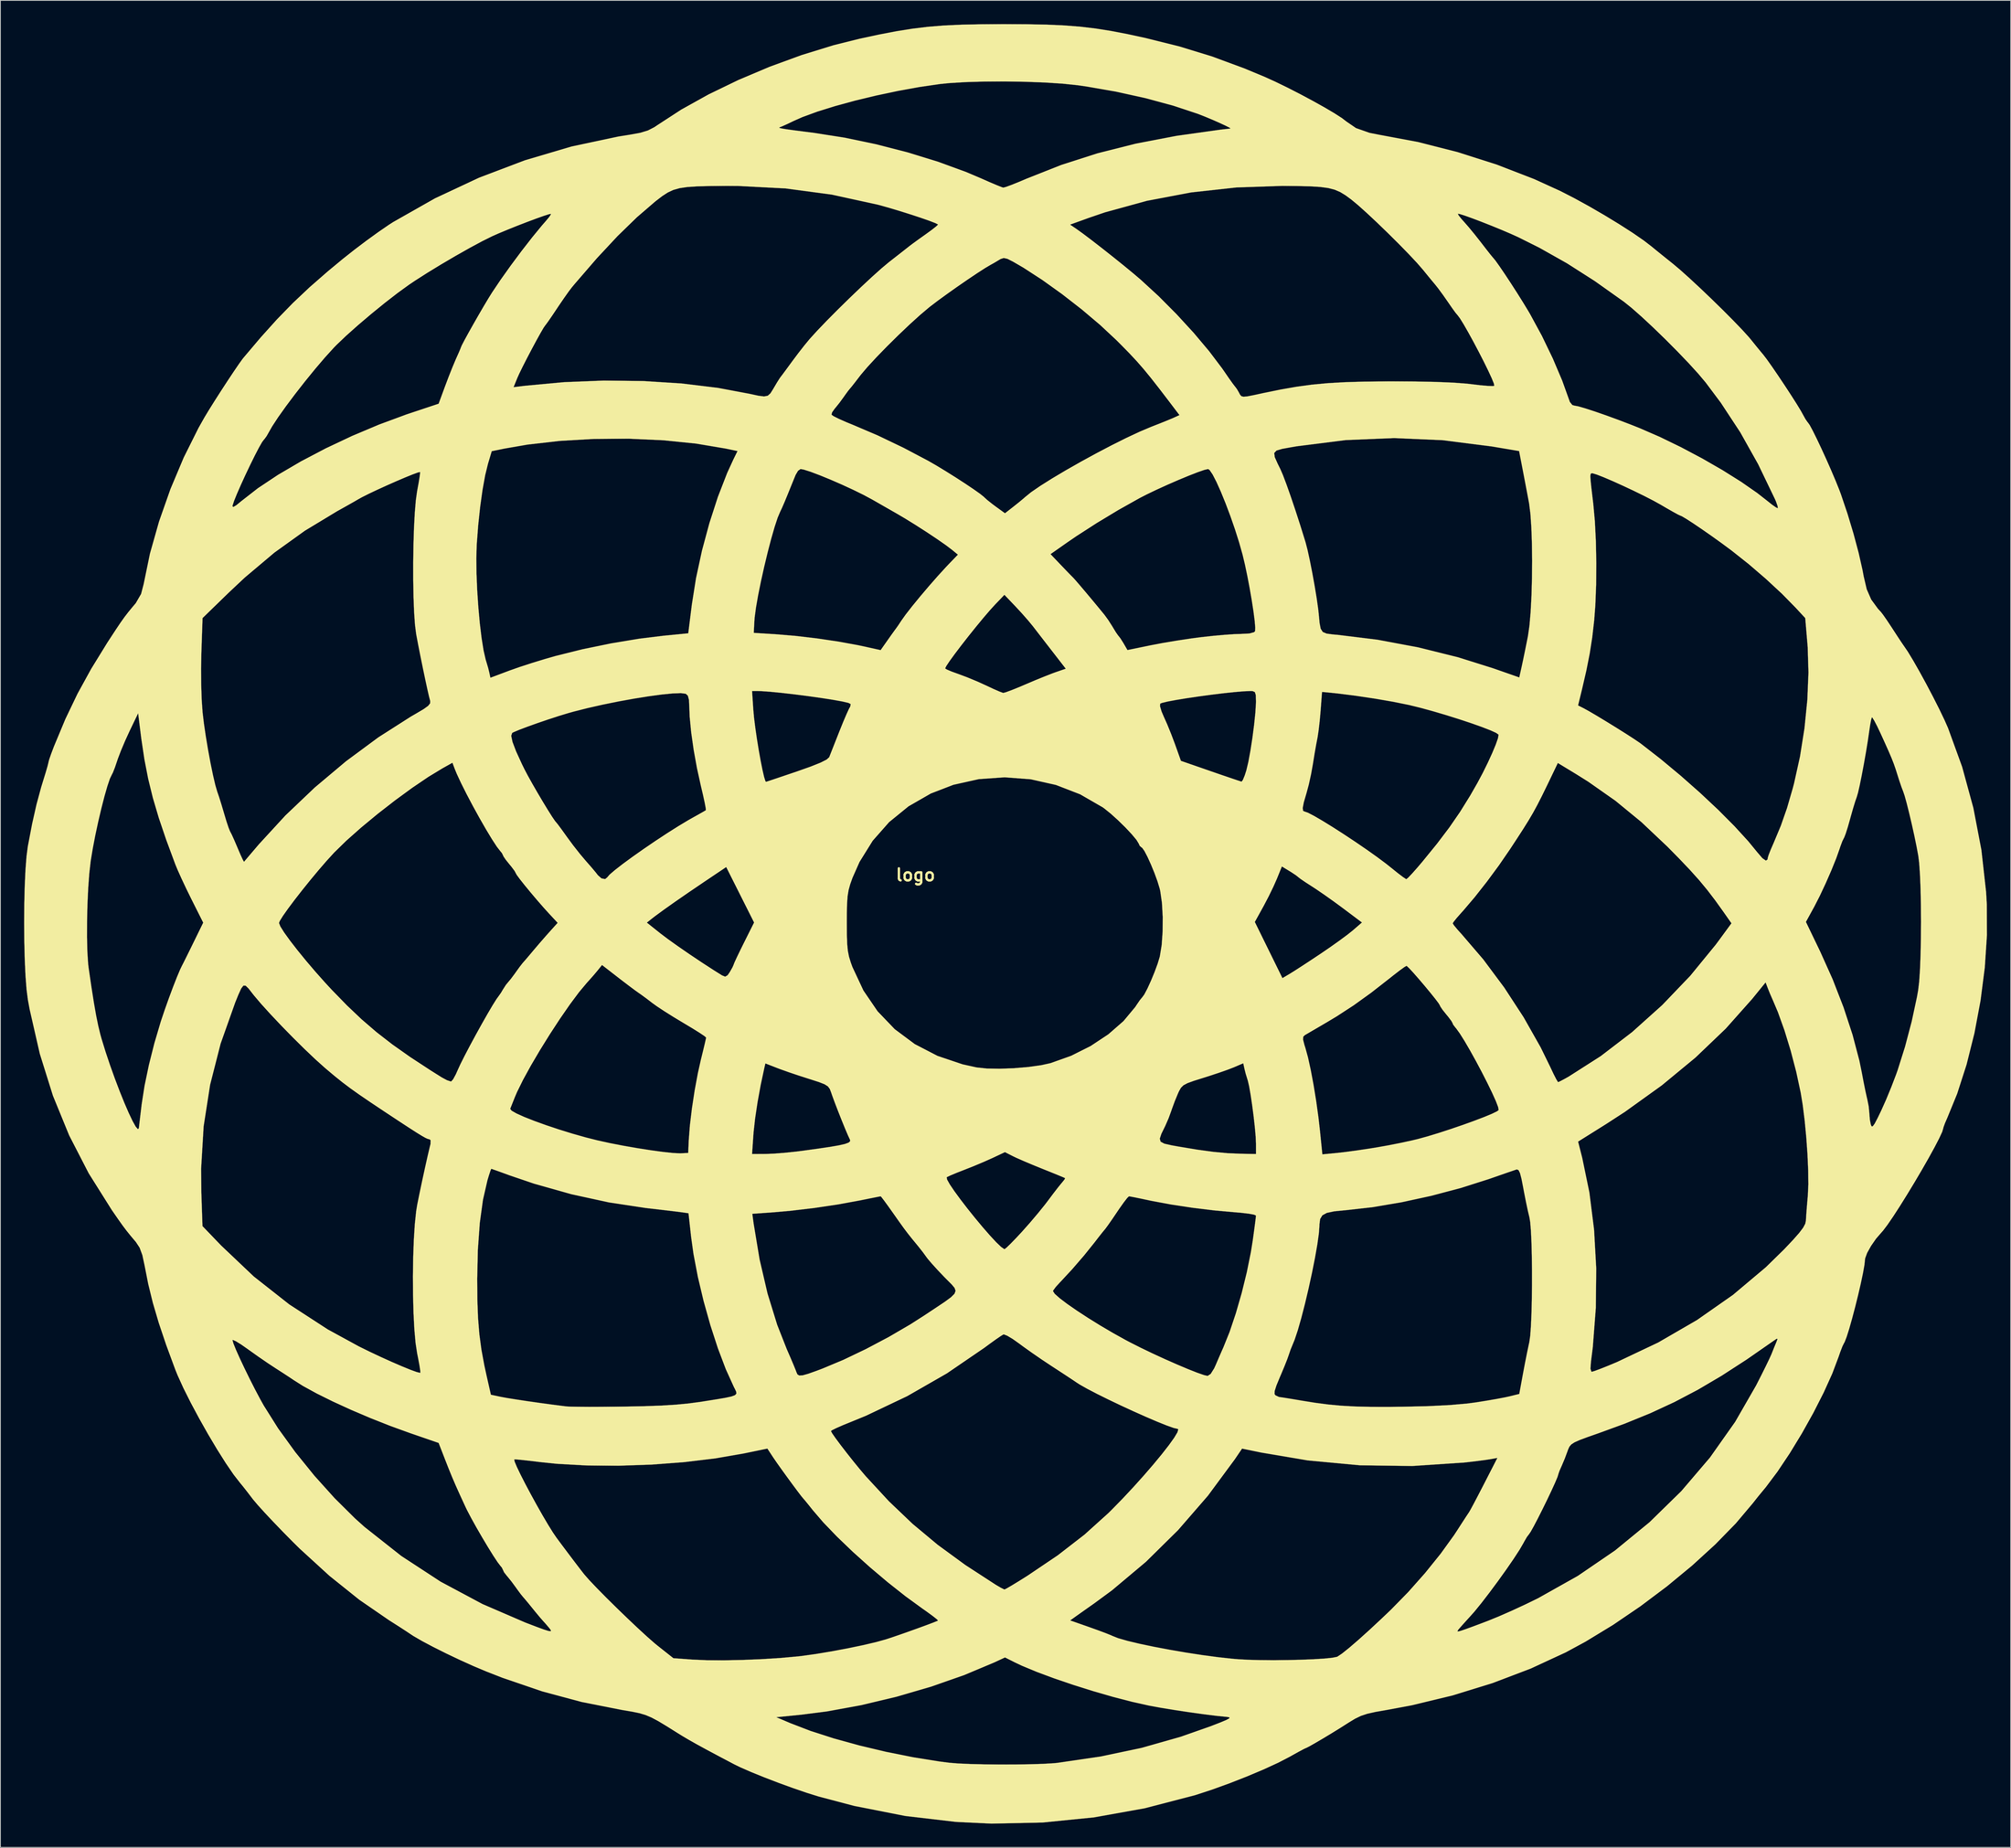
<source format=kicad_pcb>
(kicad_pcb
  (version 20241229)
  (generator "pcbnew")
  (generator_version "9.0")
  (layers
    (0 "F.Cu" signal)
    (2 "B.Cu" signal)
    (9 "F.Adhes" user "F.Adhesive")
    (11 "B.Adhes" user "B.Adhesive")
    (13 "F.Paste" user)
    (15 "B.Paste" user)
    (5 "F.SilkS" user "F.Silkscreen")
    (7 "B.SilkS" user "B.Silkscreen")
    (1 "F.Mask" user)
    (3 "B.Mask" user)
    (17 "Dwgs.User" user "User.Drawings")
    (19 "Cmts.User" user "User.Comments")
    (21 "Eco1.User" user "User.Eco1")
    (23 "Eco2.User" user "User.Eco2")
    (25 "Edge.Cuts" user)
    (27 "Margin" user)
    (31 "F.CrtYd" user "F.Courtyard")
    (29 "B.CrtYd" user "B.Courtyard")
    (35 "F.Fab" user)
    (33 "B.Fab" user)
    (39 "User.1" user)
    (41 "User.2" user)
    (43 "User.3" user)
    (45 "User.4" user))
  (footprint "logo"
    (layer "F.Cu")
    (at 112.701 107.602)
    (property "Reference" "logo" (at 0 0 0) (layer "F.SilkS") (effects (font (size 1.524 1.524) (thickness 0.3))))
    (attr through_hole)
    (fp_poly (pts (xy 14.052 -107.584) (xy 16.584 -107.534) (xy 18.803 -107.435) (xy 20.819 -107.278) (xy 22.743 -107.051) (xy 24.684 -106.744) (xy 26.755 -106.346) (xy 29.05 -105.85) (xy 33.395 -104.766) (xy 37.491 -103.508) (xy 41.58 -101.996) (xy 44.116 -100.941) (xy 45.501 -100.313) (xy 47.044 -99.561) (xy 48.654 -98.736) (xy 50.238 -97.888) (xy 51.705 -97.069) (xy 52.961 -96.327) (xy 53.916 -95.713) (xy 54.469 -95.286) (xy 55.691 -94.45) (xy 57.392 -93.85) (xy 58.687 -93.596) (xy 63.541 -92.686) (xy 68.527 -91.415) (xy 73.473 -89.837) (xy 78.208 -88.005) (xy 81.503 -86.503) (xy 83.267 -85.599) (xy 85.169 -84.554) (xy 87.105 -83.431) (xy 88.971 -82.294) (xy 90.664 -81.207) (xy 92.08 -80.231) (xy 93.073 -79.465) (xy 93.563 -79.061) (xy 94.34 -78.432) (xy 95.271 -77.684) (xy 95.739 -77.311) (xy 96.69 -76.51) (xy 97.884 -75.439) (xy 99.235 -74.183) (xy 100.657 -72.825) (xy 102.065 -71.448) (xy 103.371 -70.135) (xy 104.492 -68.971) (xy 105.34 -68.038) (xy 105.627 -67.695) (xy 106.28 -66.885) (xy 106.906 -66.123) (xy 107.158 -65.824) (xy 107.608 -65.238) (xy 108.264 -64.314) (xy 109.049 -63.167) (xy 109.886 -61.915) (xy 110.699 -60.671) (xy 111.411 -59.553) (xy 111.944 -58.676) (xy 112.159 -58.286) (xy 112.51 -57.653) (xy 112.783 -57.257) (xy 112.825 -57.217) (xy 113.053 -56.892) (xy 113.443 -56.168) (xy 113.954 -55.138) (xy 114.541 -53.897) (xy 115.162 -52.538) (xy 115.772 -51.155) (xy 116.33 -49.842) (xy 116.792 -48.693) (xy 116.996 -48.147) (xy 117.826 -45.689) (xy 118.588 -43.162) (xy 119.238 -40.729) (xy 119.729 -38.553) (xy 119.876 -37.764) (xy 120.258 -36.132) (xy 120.827 -34.831) (xy 121.679 -33.664) (xy 122.056 -33.256) (xy 122.331 -32.9) (xy 122.803 -32.223) (xy 123.38 -31.355) (xy 123.535 -31.117) (xy 124.114 -30.227) (xy 124.594 -29.5) (xy 124.892 -29.062) (xy 124.93 -29.009) (xy 125.448 -28.25) (xy 126.136 -27.114) (xy 126.936 -25.711) (xy 127.791 -24.147) (xy 128.642 -22.53) (xy 129.432 -20.969) (xy 130.102 -19.572) (xy 130.539 -18.582) (xy 132.322 -13.673) (xy 133.739 -8.485) (xy 134.76 -3.157) (xy 135.354 2.172) (xy 135.444 3.743) (xy 135.459 7.618) (xy 135.188 11.701) (xy 134.654 15.869) (xy 133.879 20) (xy 132.885 23.974) (xy 131.695 27.668) (xy 130.464 30.678) (xy 130.152 31.396) (xy 129.965 31.91) (xy 129.941 32.027) (xy 129.803 32.487) (xy 129.418 33.32) (xy 128.832 34.448) (xy 128.091 35.796) (xy 127.238 37.288) (xy 126.32 38.847) (xy 125.381 40.397) (xy 124.468 41.862) (xy 123.624 43.166) (xy 122.895 44.232) (xy 122.327 44.984) (xy 122.117 45.219) (xy 121.436 46.008) (xy 120.802 46.923) (xy 120.311 47.805) (xy 120.059 48.496) (xy 120.044 48.634) (xy 119.974 49.308) (xy 119.789 50.349) (xy 119.514 51.653) (xy 119.176 53.113) (xy 118.802 54.624) (xy 118.417 56.081) (xy 118.05 57.378) (xy 117.725 58.41) (xy 117.47 59.072) (xy 117.384 59.222) (xy 117.191 59.611) (xy 116.914 60.328) (xy 116.713 60.913) (xy 115.912 63.043) (xy 114.824 65.451) (xy 113.519 68.017) (xy 112.066 70.619) (xy 110.533 73.136) (xy 108.989 75.447) (xy 107.503 77.429) (xy 107.043 77.984) (xy 106.543 78.591) (xy 105.963 79.324) (xy 105.878 79.434) (xy 103.716 81.998) (xy 101.127 84.652) (xy 98.195 87.332) (xy 95.003 89.97) (xy 91.636 92.498) (xy 88.177 94.851) (xy 84.71 96.961) (xy 82.216 98.313) (xy 77.77 100.371) (xy 72.956 102.202) (xy 67.909 103.761) (xy 62.761 105.006) (xy 59.56 105.604) (xy 58.151 105.851) (xy 57.118 106.082) (xy 56.31 106.35) (xy 55.572 106.707) (xy 54.751 107.205) (xy 54.614 107.293) (xy 53.656 107.902) (xy 52.596 108.556) (xy 51.538 109.194) (xy 50.584 109.755) (xy 49.838 110.179) (xy 49.402 110.403) (xy 49.339 110.423) (xy 49.079 110.546) (xy 48.47 110.872) (xy 47.628 111.339) (xy 47.326 111.51) (xy 45.86 112.27) (xy 44.012 113.12) (xy 41.912 114.007) (xy 39.695 114.876) (xy 37.491 115.675) (xy 35.433 116.349) (xy 35.293 116.391) (xy 28.958 118.04) (xy 22.528 119.192) (xy 16.06 119.838) (xy 9.612 119.974) (xy 5.119 119.76) (xy -1.282 119.01) (xy -7.732 117.74) (xy -12.228 116.554) (xy -13.736 116.083) (xy -15.475 115.487) (xy -17.316 114.817) (xy -19.129 114.121) (xy -20.785 113.449) (xy -22.156 112.849) (xy -22.91 112.482) (xy -24.87 111.448) (xy -26.432 110.613) (xy -27.675 109.934) (xy -28.68 109.366) (xy -29.524 108.866) (xy -30.06 108.534) (xy -31.46 107.656) (xy -32.526 107.015) (xy -33.375 106.56) (xy -33.477 106.517) (xy -17.608 106.517) (xy -15.822 107.278) (xy -13.281 108.254) (xy -10.332 109.204) (xy -7.102 110.097) (xy -3.718 110.901) (xy -0.306 111.585) (xy 3.006 112.117) (xy 4.278 112.28) (xy 5.387 112.371) (xy 6.901 112.438) (xy 8.695 112.482) (xy 10.642 112.502) (xy 12.617 112.498) (xy 14.495 112.47) (xy 16.149 112.418) (xy 17.454 112.341) (xy 17.914 112.297) (xy 23.42 111.49) (xy 28.583 110.399) (xy 33.531 108.993) (xy 37.298 107.668) (xy 38.523 107.193) (xy 39.297 106.869) (xy 39.673 106.663) (xy 39.703 106.546) (xy 39.438 106.484) (xy 39.303 106.471) (xy 38.038 106.343) (xy 36.41 106.14) (xy 34.582 105.886) (xy 32.715 105.603) (xy 30.972 105.316) (xy 29.544 105.054) (xy 27.399 104.577) (xy 25.01 103.957) (xy 22.493 103.231) (xy 19.964 102.436) (xy 17.54 101.61) (xy 15.336 100.791) (xy 13.47 100.016) (xy 12.542 99.578) (xy 11.315 98.96) (xy 9.958 99.589) (xy 6.152 101.188) (xy 1.975 102.65) (xy -2.417 103.932) (xy -6.868 104.993) (xy -11.222 105.79) (xy -14.428 106.199) (xy -17.608 106.517) (xy -33.477 106.517) (xy -34.125 106.243) (xy -34.893 106.014) (xy -35.798 105.826) (xy -36.957 105.628) (xy -37.097 105.605) (xy -42.208 104.594) (xy -47.185 103.256) (xy -52.206 101.54) (xy -54.276 100.732) (xy -55.878 100.057) (xy -57.604 99.278) (xy -59.341 98.452) (xy -60.976 97.634) (xy -62.396 96.88) (xy -63.488 96.247) (xy -63.861 96.002) (xy -64.414 95.632) (xy -65.265 95.079) (xy -66.257 94.446) (xy -66.575 94.245) (xy -70.318 91.668) (xy -74.102 88.635) (xy -77.848 85.21) (xy -78.716 84.354) (xy -79.996 83.056) (xy -81.217 81.787) (xy -82.302 80.63) (xy -83.172 79.668) (xy -83.752 78.982) (xy -83.82 78.894) (xy -84.457 78.06) (xy -85.038 77.321) (xy -85.383 76.903) (xy -86.214 75.835) (xy -87.206 74.382) (xy -88.302 72.645) (xy -89.444 70.726) (xy -90.572 68.727) (xy -91.631 66.749) (xy -92.56 64.895) (xy -93.301 63.266) (xy -93.585 62.564) (xy -94.741 59.431) (xy -94.943 58.829) (xy -86.36 58.829) (xy -86.242 59.251) (xy -85.92 60.049) (xy -85.438 61.127) (xy -84.842 62.391) (xy -84.179 63.745) (xy -83.495 65.092) (xy -82.834 66.337) (xy -82.402 67.109) (xy -80.59 69.991) (xy -78.419 72.993) (xy -75.999 75.983) (xy -73.441 78.826) (xy -70.856 81.39) (xy -69.665 82.458) (xy -65.015 86.13) (xy -60.047 89.379) (xy -54.748 92.212) (xy -49.329 94.552) (xy -47.939 95.084) (xy -46.982 95.435) (xy -46.398 95.618) (xy -46.123 95.649) (xy -46.094 95.542) (xy -46.249 95.312) (xy -46.289 95.262) (xy -46.798 94.664) (xy -47.057 94.38) (xy -47.448 93.934) (xy -48.016 93.253) (xy -48.394 92.787) (xy -48.963 92.086) (xy -49.425 91.534) (xy -49.606 91.329) (xy -49.927 90.935) (xy -50.389 90.309) (xy -50.534 90.103) (xy -51.071 89.373) (xy -51.573 88.749) (xy -51.662 88.649) (xy -52.019 88.192) (xy -52.137 87.933) (xy -52.301 87.594) (xy -52.479 87.382) (xy -52.835 86.916) (xy -53.382 86.089) (xy -54.053 85.009) (xy -54.785 83.784) (xy -55.513 82.525) (xy -56.172 81.338) (xy -56.699 80.334) (xy -56.888 79.943) (xy -57.593 78.412) (xy -58.139 77.198) (xy -58.594 76.138) (xy -59.031 75.066) (xy -59.47 73.949) (xy -59.484 73.913) (xy -50.737 73.913) (xy -50.685 74.201) (xy -50.405 74.867) (xy -49.944 75.828) (xy -49.345 77.002) (xy -48.652 78.305) (xy -47.911 79.656) (xy -47.166 80.971) (xy -46.461 82.167) (xy -45.842 83.163) (xy -45.393 83.82) (xy -44.68 84.78) (xy -43.888 85.835) (xy -43.11 86.865) (xy -42.436 87.748) (xy -41.96 88.362) (xy -41.86 88.486) (xy -41.223 89.21) (xy -40.276 90.206) (xy -39.108 91.391) (xy -37.805 92.678) (xy -36.457 93.982) (xy -35.15 95.219) (xy -33.972 96.303) (xy -33.011 97.148) (xy -32.619 97.471) (xy -30.614 99.058) (xy -28.207 99.234) (xy -26.42 99.313) (xy -24.255 99.327) (xy -21.867 99.28) (xy -19.409 99.179) (xy -17.034 99.028) (xy -14.895 98.832) (xy -14.342 98.768) (xy -12.542 98.515) (xy -10.558 98.184) (xy -8.534 97.804) (xy -6.616 97.404) (xy -4.947 97.011) (xy -3.743 96.676) (xy -2.968 96.422) (xy -1.953 96.073) (xy -0.811 95.671) (xy 0.344 95.256) (xy 1.398 94.87) (xy 2.237 94.553) (xy 2.747 94.348) (xy 2.847 94.297) (xy 2.832 94.28) (xy 19.55 94.28) (xy 22.007 95.143) (xy 23.114 95.54) (xy 24.059 95.894) (xy 24.708 96.154) (xy 24.89 96.239) (xy 25.62 96.529) (xy 26.794 96.866) (xy 28.323 97.231) (xy 30.121 97.61) (xy 32.099 97.985) (xy 34.17 98.341) (xy 36.246 98.661) (xy 38.239 98.928) (xy 40.063 99.128) (xy 40.737 99.185) (xy 42.054 99.259) (xy 43.612 99.3) (xy 45.314 99.311) (xy 47.067 99.294) (xy 48.776 99.253) (xy 50.347 99.189) (xy 51.684 99.105) (xy 52.695 99.003) (xy 53.283 98.885) (xy 53.34 98.861) (xy 53.925 98.469) (xy 54.832 97.743) (xy 56.006 96.731) (xy 57.192 95.663) (xy 68.499 95.663) (xy 68.686 95.665) (xy 68.981 95.581) (xy 69.499 95.405) (xy 70.382 95.084) (xy 71.494 94.668) (xy 72.443 94.306) (xy 73.784 93.757) (xy 75.399 93.047) (xy 77.088 92.266) (xy 78.654 91.502) (xy 78.726 91.466) (xy 83.736 88.65) (xy 88.443 85.434) (xy 92.817 81.848) (xy 96.827 77.922) (xy 100.441 73.686) (xy 103.629 69.17) (xy 106.275 64.569) (xy 106.917 63.308) (xy 107.493 62.15) (xy 107.945 61.213) (xy 108.216 60.614) (xy 108.238 60.559) (xy 108.557 59.759) (xy 108.823 59.12) (xy 108.988 58.685) (xy 108.871 58.656) (xy 108.489 58.915) (xy 105.078 61.285) (xy 101.925 63.327) (xy 98.917 65.1) (xy 95.943 66.664) (xy 92.89 68.078) (xy 89.647 69.4) (xy 86.377 70.595) (xy 84.965 71.091) (xy 83.973 71.461) (xy 83.316 71.754) (xy 82.909 72.02) (xy 82.667 72.308) (xy 82.505 72.667) (xy 82.427 72.888) (xy 82.084 73.81) (xy 81.715 74.685) (xy 81.676 74.77) (xy 81.41 75.376) (xy 81.282 75.748) (xy 81.28 75.767) (xy 81.165 76.139) (xy 80.854 76.876) (xy 80.398 77.874) (xy 79.851 79.026) (xy 79.262 80.227) (xy 78.685 81.372) (xy 78.171 82.355) (xy 77.771 83.07) (xy 77.537 83.411) (xy 77.528 83.419) (xy 77.296 83.725) (xy 76.955 84.314) (xy 76.874 84.469) (xy 76.375 85.328) (xy 75.617 86.493) (xy 74.677 87.858) (xy 73.633 89.315) (xy 72.564 90.756) (xy 71.549 92.075) (xy 70.664 93.163) (xy 70.051 93.851) (xy 69.805 94.119) (xy 69.341 94.632) (xy 69.115 94.885) (xy 68.636 95.431) (xy 68.499 95.663) (xy 57.192 95.663) (xy 57.393 95.482) (xy 58.938 94.042) (xy 60.122 92.912) (xy 62.288 90.699) (xy 64.419 88.296) (xy 66.39 85.851) (xy 68.078 83.512) (xy 68.491 82.884) (xy 69.091 81.954) (xy 69.592 81.183) (xy 69.917 80.693) (xy 69.981 80.6) (xy 70.172 80.271) (xy 70.555 79.56) (xy 71.079 78.564) (xy 71.693 77.379) (xy 71.876 77.024) (xy 73.567 73.727) (xy 72.678 73.888) (xy 72.004 73.991) (xy 70.983 74.124) (xy 69.799 74.264) (xy 69.382 74.309) (xy 62.805 74.75) (xy 56.195 74.66) (xy 49.582 74.042) (xy 43.703 73.046) (xy 41.284 72.549) (xy 40.364 73.906) (xy 36.964 78.511) (xy 33.194 82.856) (xy 29.129 86.867) (xy 24.84 90.469) (xy 22.612 92.108) (xy 21.705 92.747) (xy 20.859 93.345) (xy 20.319 93.729) (xy 19.55 94.28) (xy 2.832 94.28) (xy 2.682 94.118) (xy 2.165 93.71) (xy 1.389 93.142) (xy 0.866 92.776) (xy -1.273 91.218) (xy -3.515 89.446) (xy -5.767 87.543) (xy -7.937 85.593) (xy -9.929 83.68) (xy -11.653 81.887) (xy -12.978 80.344) (xy -13.548 79.63) (xy -13.985 79.096) (xy -14.178 78.874) (xy -14.434 78.566) (xy -14.919 77.931) (xy -15.553 77.078) (xy -16.257 76.117) (xy -16.951 75.156) (xy -17.555 74.305) (xy -17.988 73.673) (xy -18.012 73.637) (xy -18.729 72.544) (xy -21.73 73.165) (xy -25.33 73.79) (xy -29.26 74.261) (xy -33.375 74.571) (xy -37.525 74.713) (xy -41.562 74.682) (xy -45.338 74.471) (xy -47.458 74.251) (xy -48.7 74.101) (xy -49.73 73.987) (xy -50.444 73.92) (xy -50.735 73.912) (xy -50.737 73.913) (xy -59.484 73.913) (xy -60.292 71.833) (xy -63.901 70.589) (xy -64.617 70.329) (xy -10.695 70.329) (xy -10.536 70.624) (xy -10.106 71.242) (xy -9.474 72.093) (xy -8.708 73.086) (xy -7.879 74.133) (xy -7.056 75.143) (xy -6.307 76.027) (xy -6.272 76.066) (xy -3.368 79.209) (xy -0.38 82.061) (xy 2.804 84.717) (xy 6.294 87.269) (xy 10.16 89.783) (xy 10.781 90.146) (xy 11.194 90.35) (xy 11.253 90.366) (xy 11.526 90.233) (xy 12.157 89.866) (xy 13.052 89.321) (xy 14.118 88.653) (xy 14.159 88.627) (xy 17.989 86.043) (xy 21.366 83.428) (xy 24.373 80.716) (xy 24.745 80.349) (xy 26.139 78.925) (xy 27.516 77.454) (xy 28.834 75.988) (xy 30.054 74.576) (xy 31.133 73.27) (xy 32.031 72.12) (xy 32.706 71.176) (xy 33.117 70.489) (xy 33.222 70.11) (xy 33.133 70.051) (xy 32.63 69.936) (xy 31.737 69.617) (xy 30.538 69.135) (xy 29.119 68.527) (xy 27.564 67.833) (xy 25.96 67.093) (xy 24.393 66.345) (xy 22.994 65.651) (xy 45.39 65.651) (xy 45.506 65.811) (xy 45.938 66.014) (xy 46.054 66.036) (xy 46.39 66.081) (xy 47.124 66.197) (xy 48.128 66.364) (xy 48.698 66.462) (xy 50.5 66.753) (xy 52.168 66.972) (xy 53.819 67.126) (xy 55.572 67.223) (xy 57.545 67.27) (xy 59.856 67.274) (xy 61.628 67.256) (xy 64.844 67.181) (xy 67.551 67.046) (xy 69.776 66.849) (xy 70.841 66.707) (xy 72.203 66.489) (xy 73.499 66.264) (xy 74.562 66.061) (xy 75.119 65.939) (xy 76.334 65.639) (xy 76.801 63.099) (xy 77.05 61.784) (xy 77.31 60.474) (xy 77.537 59.388) (xy 77.603 59.088) (xy 77.716 58.301) (xy 77.806 57.091) (xy 77.874 55.557) (xy 77.92 53.794) (xy 77.942 51.901) (xy 77.943 49.975) (xy 77.92 48.113) (xy 77.874 46.411) (xy 77.806 44.968) (xy 77.714 43.881) (xy 77.619 43.314) (xy 77.425 42.496) (xy 77.183 41.353) (xy 76.934 40.086) (xy 76.847 39.616) (xy 76.617 38.436) (xy 76.426 37.703) (xy 76.243 37.333) (xy 76.037 37.243) (xy 75.962 37.259) (xy 75.551 37.397) (xy 74.751 37.672) (xy 73.678 38.044) (xy 72.457 38.47) (xy 68.943 39.588) (xy 65.218 40.575) (xy 61.449 41.396) (xy 57.8 42.014) (xy 54.438 42.394) (xy 54.308 42.404) (xy 52.929 42.541) (xy 52.001 42.738) (xy 51.437 43.046) (xy 51.155 43.513) (xy 51.069 44.192) (xy 51.067 44.319) (xy 50.996 45.32) (xy 50.8 46.726) (xy 50.501 48.428) (xy 50.125 50.318) (xy 49.695 52.286) (xy 49.237 54.226) (xy 48.773 56.027) (xy 48.329 57.582) (xy 47.928 58.782) (xy 47.748 59.222) (xy 47.421 60.019) (xy 47.191 60.693) (xy 46.996 61.244) (xy 46.649 62.121) (xy 46.215 63.16) (xy 46.078 63.476) (xy 45.631 64.559) (xy 45.408 65.255) (xy 45.39 65.651) (xy 22.994 65.651) (xy 22.946 65.628) (xy 21.707 64.982) (xy 20.759 64.446) (xy 20.378 64.201) (xy 19.849 63.844) (xy 19.003 63.285) (xy 17.974 62.611) (xy 17.245 62.137) (xy 16.006 61.315) (xy 14.711 60.424) (xy 13.565 59.606) (xy 13.132 59.284) (xy 12.298 58.692) (xy 11.603 58.275) (xy 11.171 58.103) (xy 11.116 58.108) (xy 10.78 58.311) (xy 10.126 58.761) (xy 9.264 59.382) (xy 8.679 59.814) (xy 3.974 63.03) (xy -1.055 65.916) (xy -6.254 68.388) (xy -8.088 69.14) (xy -9.161 69.577) (xy -10.02 69.954) (xy -10.561 70.224) (xy -10.695 70.329) (xy -64.617 70.329) (xy -66.377 69.691) (xy -68.89 68.698) (xy -71.347 67.652) (xy -73.654 66.596) (xy -75.717 65.574) (xy -77.443 64.627) (xy -78.587 63.904) (xy -79.167 63.514) (xy -80.011 62.963) (xy -80.879 62.405) (xy -81.891 61.739) (xy -83.094 60.913) (xy -84.254 60.089) (xy -84.422 59.967) (xy -85.27 59.375) (xy -85.93 58.969) (xy -86.307 58.803) (xy -86.36 58.829) (xy -94.943 58.829) (xy -95.674 56.657) (xy -96.419 54.129) (xy -97.007 51.736) (xy -97.471 49.378) (xy -97.752 48.07) (xy -98.097 47.138) (xy -98.565 46.427) (xy -98.58 46.409) (xy -99.231 45.636) (xy -99.749 44.993) (xy -100.242 44.339) (xy -100.816 43.531) (xy -101.579 42.427) (xy -101.613 42.378) (xy -104.528 37.742) (xy -104.823 37.17) (xy -90.326 37.17) (xy -90.295 40.186) (xy -90.153 44.411) (xy -87.79 46.87) (xy -83.666 50.783) (xy -79.176 54.317) (xy -74.307 57.48) (xy -70.385 59.622) (xy -69.019 60.295) (xy -67.598 60.964) (xy -66.206 61.593) (xy -64.93 62.144) (xy -63.854 62.583) (xy -63.064 62.87) (xy -62.645 62.971) (xy -62.606 62.961) (xy -62.616 62.677) (xy -62.721 61.994) (xy -62.901 61.033) (xy -63.007 60.512) (xy -63.208 59.188) (xy -63.363 57.441) (xy -63.47 55.38) (xy -63.53 53.114) (xy -63.542 51.067) (xy -55.42 51.067) (xy -55.4 53.738) (xy -55.314 56.021) (xy -55.149 58.062) (xy -54.89 60.006) (xy -54.524 61.998) (xy -54.245 63.283) (xy -53.688 65.74) (xy -52.445 66.003) (xy -51.68 66.144) (xy -50.518 66.331) (xy -49.092 66.547) (xy -47.535 66.77) (xy -45.981 66.982) (xy -44.562 67.164) (xy -44.116 67.218) (xy -43.587 67.245) (xy -42.612 67.262) (xy -41.278 67.269) (xy -39.674 67.265) (xy -37.886 67.251) (xy -36.763 67.237) (xy -34.234 67.186) (xy -32.129 67.11) (xy -30.335 66.999) (xy -28.742 66.847) (xy -27.238 66.647) (xy -26.871 66.589) (xy -25.232 66.328) (xy -24.056 66.129) (xy -23.276 65.962) (xy -22.829 65.797) (xy -22.649 65.603) (xy -22.672 65.351) (xy -22.832 65.008) (xy -22.965 64.753) (xy -23.985 62.503) (xy -24.988 59.852) (xy -25.937 56.934) (xy -26.792 53.884) (xy -27.517 50.834) (xy -28.072 47.918) (xy -28.368 45.79) (xy -28.692 42.856) (xy -20.637 42.856) (xy -20.471 44.087) (xy -19.716 48.631) (xy -18.714 52.933) (xy -17.489 56.901) (xy -16.295 59.936) (xy -15.816 61.038) (xy -15.412 61.992) (xy -15.136 62.67) (xy -15.053 62.898) (xy -14.924 63.178) (xy -14.69 63.311) (xy -14.267 63.286) (xy -13.568 63.09) (xy -12.506 62.711) (xy -11.75 62.425) (xy -9.128 61.328) (xy -6.286 59.969) (xy -3.405 58.445) (xy -0.666 56.848) (xy 1.069 55.738) (xy 2.596 54.726) (xy 3.727 53.969) (xy 4.493 53.404) (xy 4.929 52.967) (xy 5.051 52.636) (xy 17.379 52.636) (xy 17.602 52.977) (xy 18.224 53.531) (xy 19.179 54.255) (xy 20.399 55.101) (xy 21.814 56.026) (xy 23.359 56.984) (xy 24.964 57.929) (xy 26.562 58.818) (xy 27.093 59.099) (xy 28.461 59.791) (xy 29.969 60.516) (xy 31.527 61.233) (xy 33.047 61.904) (xy 34.438 62.491) (xy 35.612 62.955) (xy 36.478 63.257) (xy 36.931 63.359) (xy 37.313 63.113) (xy 37.757 62.407) (xy 37.961 61.963) (xy 38.368 61.014) (xy 38.751 60.135) (xy 38.92 59.757) (xy 39.713 57.789) (xy 40.501 55.443) (xy 41.241 52.877) (xy 41.889 50.244) (xy 42.403 47.703) (xy 42.634 46.254) (xy 42.8 45.046) (xy 42.934 44.034) (xy 43.021 43.335) (xy 43.046 43.074) (xy 42.798 42.962) (xy 42.131 42.84) (xy 41.158 42.726) (xy 40.439 42.666) (xy 37.792 42.427) (xy 34.998 42.086) (xy 32.276 41.673) (xy 29.843 41.22) (xy 29.557 41.159) (xy 28.485 40.93) (xy 27.619 40.753) (xy 27.086 40.653) (xy 26.985 40.64) (xy 26.767 40.847) (xy 26.336 41.401) (xy 25.77 42.2) (xy 25.513 42.578) (xy 24.894 43.494) (xy 24.363 44.255) (xy 24.009 44.738) (xy 23.94 44.821) (xy 23.64 45.183) (xy 23.133 45.825) (xy 22.593 46.524) (xy 21.297 48.136) (xy 19.821 49.845) (xy 18.386 51.394) (xy 18.248 51.535) (xy 17.73 52.106) (xy 17.419 52.53) (xy 17.379 52.636) (xy 5.051 52.636) (xy 5.066 52.595) (xy 4.939 52.225) (xy 4.58 51.793) (xy 4.023 51.236) (xy 3.622 50.832) (xy 2.788 49.953) (xy 2.058 49.149) (xy 1.541 48.541) (xy 1.397 48.35) (xy 0.937 47.718) (xy 0.365 46.99) (xy 0.286 46.894) (xy -0.419 46.037) (xy -0.968 45.348) (xy -1.476 44.675) (xy -2.06 43.864) (xy -2.808 42.801) (xy -3.457 41.887) (xy -3.984 41.164) (xy -4.321 40.727) (xy -4.404 40.64) (xy -4.684 40.69) (xy -5.369 40.826) (xy -6.341 41.022) (xy -6.99 41.155) (xy -9.79 41.669) (xy -12.852 42.124) (xy -15.907 42.485) (xy -18.005 42.668) (xy -20.637 42.856) (xy -28.692 42.856) (xy -28.7 42.786) (xy -29.523 42.667) (xy -30.085 42.593) (xy -31.056 42.475) (xy -32.31 42.326) (xy -33.727 42.162) (xy -34.14 42.114) (xy -38.748 41.417) (xy -43.516 40.376) (xy -48.244 39.04) (xy -50.612 38.233) (xy 3.94 38.233) (xy 3.987 38.52) (xy 4.332 39.134) (xy 4.917 40) (xy 5.684 41.047) (xy 6.573 42.201) (xy 7.527 43.39) (xy 8.486 44.541) (xy 9.393 45.582) (xy 10.188 46.44) (xy 10.814 47.042) (xy 11.211 47.315) (xy 11.26 47.324) (xy 11.506 47.138) (xy 12.029 46.633) (xy 12.748 45.89) (xy 13.478 45.104) (xy 14.474 43.98) (xy 15.492 42.777) (xy 16.38 41.677) (xy 16.774 41.16) (xy 17.441 40.269) (xy 18.043 39.491) (xy 18.466 38.972) (xy 18.511 38.922) (xy 18.836 38.518) (xy 18.913 38.344) (xy 18.655 38.226) (xy 18.001 37.954) (xy 17.056 37.57) (xy 16.079 37.178) (xy 14.837 36.673) (xy 13.674 36.183) (xy 12.743 35.772) (xy 12.308 35.564) (xy 11.306 35.053) (xy 9.73 35.795) (xy 8.654 36.276) (xy 7.359 36.82) (xy 6.149 37.3) (xy 5.184 37.678) (xy 4.416 37.999) (xy 3.98 38.206) (xy 3.94 38.233) (xy -50.612 38.233) (xy -51.319 37.992) (xy -52.323 37.626) (xy -53.112 37.343) (xy -53.571 37.184) (xy -53.64 37.164) (xy -53.742 37.398) (xy -53.94 38.001) (xy -54.129 38.629) (xy -54.687 41.068) (xy -55.09 43.998) (xy -55.336 47.398) (xy -55.42 51.067) (xy -63.542 51.067) (xy -63.544 50.751) (xy -63.511 48.402) (xy -63.431 46.175) (xy -63.305 44.18) (xy -63.132 42.525) (xy -62.999 41.709) (xy -62.706 40.265) (xy -62.368 38.656) (xy -62.016 37.04) (xy -61.687 35.57) (xy -61.622 35.293) (xy -20.668 35.293) (xy -18.957 35.287) (xy -17.927 35.247) (xy -16.586 35.144) (xy -15.151 34.996) (xy -14.438 34.907) (xy -12.4 34.628) (xy -10.839 34.397) (xy -9.7 34.2) (xy -8.929 34.025) (xy -8.471 33.858) (xy -8.271 33.688) (xy -8.275 33.5) (xy -8.294 33.463) (xy -8.347 33.349) (xy 30.879 33.349) (xy 30.985 33.735) (xy 31.458 33.986) (xy 32.357 34.191) (xy 33.211 34.345) (xy 35.616 34.746) (xy 37.643 35.022) (xy 39.426 35.187) (xy 41.103 35.259) (xy 41.108 35.259) (xy 43.046 35.293) (xy 43.046 33.965) (xy 43.007 33.092) (xy 42.902 31.901) (xy 42.748 30.53) (xy 42.564 29.117) (xy 42.368 27.8) (xy 42.179 26.717) (xy 42.014 26.006) (xy 41.99 25.935) (xy 41.742 25.126) (xy 41.595 24.542) (xy 41.437 23.817) (xy 40.253 24.325) (xy 39.479 24.624) (xy 38.371 25.014) (xy 37.107 25.433) (xy 36.38 25.662) (xy 35.178 26.04) (xy 34.38 26.33) (xy 33.876 26.599) (xy 33.557 26.914) (xy 33.315 27.341) (xy 33.189 27.617) (xy 32.781 28.603) (xy 32.408 29.618) (xy 32.344 29.812) (xy 31.99 30.778) (xy 31.579 31.723) (xy 31.533 31.817) (xy 31.082 32.74) (xy 30.879 33.349) (xy -8.347 33.349) (xy -8.527 32.966) (xy -8.892 32.109) (xy -9.332 31.03) (xy -9.791 29.871) (xy -10.214 28.77) (xy -10.545 27.869) (xy -10.664 27.52) (xy -10.835 27.069) (xy -11.075 26.743) (xy -11.493 26.475) (xy -12.195 26.198) (xy -13.291 25.844) (xy -13.44 25.798) (xy -14.739 25.381) (xy -16.051 24.938) (xy -17.153 24.544) (xy -17.446 24.433) (xy -18.983 23.836) (xy -19.119 24.417) (xy -19.574 26.543) (xy -19.973 28.733) (xy -20.284 30.804) (xy -20.479 32.574) (xy -20.497 32.819) (xy -20.668 35.293) (xy -61.622 35.293) (xy -61.413 34.401) (xy -61.319 34.023) (xy -61.308 33.535) (xy -61.485 33.421) (xy -61.661 33.386) (xy -61.95 33.257) (xy -62.404 33.001) (xy -63.079 32.586) (xy -64.027 31.977) (xy -65.304 31.142) (xy -66.962 30.046) (xy -67.243 29.86) (xy -67.669 29.576) (xy -51.246 29.576) (xy -51.069 29.814) (xy -50.451 30.167) (xy -49.468 30.609) (xy -48.194 31.112) (xy -46.704 31.65) (xy -45.073 32.195) (xy -43.376 32.72) (xy -41.688 33.198) (xy -40.239 33.565) (xy -38.682 33.907) (xy -36.957 34.243) (xy -35.178 34.554) (xy -33.456 34.824) (xy -31.904 35.034) (xy -30.635 35.168) (xy -29.76 35.208) (xy -29.678 35.205) (xy -28.742 35.159) (xy -28.67 33.555) (xy -28.528 31.701) (xy -28.268 29.535) (xy -27.921 27.256) (xy -27.515 25.066) (xy -27.141 23.393) (xy -26.864 22.266) (xy -26.642 21.341) (xy -26.505 20.735) (xy -26.473 20.563) (xy -26.688 20.375) (xy -27.28 19.978) (xy -28.159 19.427) (xy -29.238 18.78) (xy -29.344 18.717) (xy -30.57 17.979) (xy -31.735 17.247) (xy -32.699 16.61) (xy -33.287 16.187) (xy -34.042 15.608) (xy -34.72 15.112) (xy -34.945 14.958) (xy -35.411 14.627) (xy -36.169 14.063) (xy -37.092 13.361) (xy -37.586 12.98) (xy -39.638 11.388) (xy -40.164 12.044) (xy -40.678 12.656) (xy -41.334 13.399) (xy -41.559 13.645) (xy -42.539 14.817) (xy -43.687 16.357) (xy -44.937 18.162) (xy -46.222 20.126) (xy -47.475 22.142) (xy -48.631 24.105) (xy -49.622 25.911) (xy -50.382 27.452) (xy -50.648 28.074) (xy -50.955 28.845) (xy -51.185 29.425) (xy -51.246 29.576) (xy -67.669 29.576) (xy -68.956 28.717) (xy -70.324 27.784) (xy -71.45 26.983) (xy -72.442 26.235) (xy -73.404 25.465) (xy -74.441 24.593) (xy -74.713 24.36) (xy -75.886 23.308) (xy -77.251 22.009) (xy -78.714 20.562) (xy -80.18 19.063) (xy -81.554 17.608) (xy -82.743 16.296) (xy -83.652 15.224) (xy -83.812 15.021) (xy -84.327 14.36) (xy -84.691 14.004) (xy -84.977 13.993) (xy -85.261 14.365) (xy -85.619 15.158) (xy -86.02 16.148) (xy -87.864 21.347) (xy -89.189 26.541) (xy -90.006 31.794) (xy -90.326 37.17) (xy -104.823 37.17) (xy -107.001 32.942) (xy -109.056 27.919) (xy -110.717 22.614) (xy -112.007 16.969) (xy -112.226 15.775) (xy -112.394 14.462) (xy -112.526 12.726) (xy -112.62 10.674) (xy -112.677 8.41) (xy -112.681 7.893) (xy -104.751 7.893) (xy -104.706 9.724) (xy -104.61 11.217) (xy -104.546 11.764) (xy -104.192 14.187) (xy -103.882 16.158) (xy -103.601 17.76) (xy -103.333 19.073) (xy -103.065 20.177) (xy -102.914 20.721) (xy -102.407 22.365) (xy -101.839 24.06) (xy -101.236 25.744) (xy -100.624 27.354) (xy -100.028 28.83) (xy -99.474 30.109) (xy -98.987 31.131) (xy -98.595 31.833) (xy -98.321 32.154) (xy -98.193 32.032) (xy -98.192 32.02) (xy -98.131 31.488) (xy -98.025 30.586) (xy -97.892 29.476) (xy -97.837 29.009) (xy -97.474 26.673) (xy -96.924 24.036) (xy -96.231 21.283) (xy -95.436 18.595) (xy -95.389 18.448) (xy -94.925 17.069) (xy -94.404 15.605) (xy -93.874 14.183) (xy -93.382 12.927) (xy -92.976 11.963) (xy -92.76 11.514) (xy -92.551 11.107) (xy -92.17 10.343) (xy -91.675 9.341) (xy -91.294 8.565) (xy -90.076 6.075) (xy -80.478 6.075) (xy -80.305 6.515) (xy -79.823 7.282) (xy -79.083 8.307) (xy -78.138 9.526) (xy -77.042 10.87) (xy -75.847 12.272) (xy -74.605 13.667) (xy -73.801 14.534) (xy -71.879 16.509) (xy -70.029 18.265) (xy -68.149 19.883) (xy -66.137 21.444) (xy -63.893 23.028) (xy -61.315 24.716) (xy -59.891 25.611) (xy -59.245 25.958) (xy -58.776 26.115) (xy -58.696 26.111) (xy -58.456 25.836) (xy -58.12 25.219) (xy -57.894 24.711) (xy -57.541 23.939) (xy -57.004 22.868) (xy -56.338 21.597) (xy -55.597 20.225) (xy -54.836 18.851) (xy -54.111 17.574) (xy -53.475 16.493) (xy -52.983 15.709) (xy -52.728 15.357) (xy -52.404 14.9) (xy -52.175 14.509) (xy -51.784 13.9) (xy -51.528 13.59) (xy -51.159 13.149) (xy -50.669 12.492) (xy -50.533 12.299) (xy -50.06 11.642) (xy -49.679 11.152) (xy -49.606 11.069) (xy -49.289 10.708) (xy -48.766 10.093) (xy -48.351 9.598) (xy -47.572 8.681) (xy -46.702 7.683) (xy -46.307 7.239) (xy -45.243 6.057) (xy -45.268 6.029) (xy -33.971 6.029) (xy -32.247 7.403) (xy -31.306 8.114) (xy -30.037 9.02) (xy -28.566 10.034) (xy -27.02 11.069) (xy -25.526 12.039) (xy -24.466 12.703) (xy -24.066 12.866) (xy -23.755 12.684) (xy -23.464 12.257) (xy -23.145 11.693) (xy -22.995 11.351) (xy -22.994 11.337) (xy -22.881 11.052) (xy -22.577 10.394) (xy -22.13 9.469) (xy -21.702 8.603) (xy -20.409 6.016) (xy -8.689 6.016) (xy -8.681 7.564) (xy -8.643 8.71) (xy -8.56 9.587) (xy -8.414 10.329) (xy -8.189 11.067) (xy -7.981 11.64) (xy -6.589 14.616) (xy -4.798 17.244) (xy -2.627 19.509) (xy -0.097 21.394) (xy 2.771 22.882) (xy 5.957 23.957) (xy 7.708 24.343) (xy 8.993 24.479) (xy 10.626 24.51) (xy 12.434 24.444) (xy 14.245 24.293) (xy 15.884 24.065) (xy 17.066 23.804) (xy 19.673 22.876) (xy 22.143 21.638) (xy 23.365 20.828) (xy 48.997 20.828) (xy 49.166 21.491) (xy 49.287 21.871) (xy 49.617 23.07) (xy 49.97 24.676) (xy 50.324 26.563) (xy 50.655 28.605) (xy 50.941 30.675) (xy 51.128 32.307) (xy 51.436 35.337) (xy 53.324 35.156) (xy 54.397 35.033) (xy 55.788 34.846) (xy 57.292 34.622) (xy 58.286 34.462) (xy 59.789 34.194) (xy 61.362 33.883) (xy 62.098 33.724) (xy 83.768 33.724) (xy 84.29 35.778) (xy 85.197 40.163) (xy 85.789 44.865) (xy 86.062 49.768) (xy 86.01 54.755) (xy 85.629 59.707) (xy 85.396 61.562) (xy 85.33 62.438) (xy 85.449 62.815) (xy 85.51 62.832) (xy 85.859 62.732) (xy 86.589 62.461) (xy 87.592 62.061) (xy 88.688 61.604) (xy 93.903 59.132) (xy 98.805 56.291) (xy 103.354 53.109) (xy 107.507 49.614) (xy 109.814 47.355) (xy 110.939 46.166) (xy 111.725 45.274) (xy 112.225 44.612) (xy 112.491 44.112) (xy 112.574 43.715) (xy 112.61 43.084) (xy 112.684 42.099) (xy 112.782 40.936) (xy 112.82 40.506) (xy 112.881 39.125) (xy 112.862 37.352) (xy 112.772 35.325) (xy 112.62 33.179) (xy 112.417 31.052) (xy 112.171 29.079) (xy 111.919 27.539) (xy 111.352 24.904) (xy 110.652 22.225) (xy 109.864 19.655) (xy 109.036 17.351) (xy 108.423 15.904) (xy 108.056 15.065) (xy 107.764 14.343) (xy 107.477 13.588) (xy 105.773 15.684) (xy 102.437 19.435) (xy 98.614 23.091) (xy 94.35 26.612) (xy 89.691 29.959) (xy 87.27 31.529) (xy 83.768 33.724) (xy 62.098 33.724) (xy 62.778 33.577) (xy 63.5 33.404) (xy 64.744 33.061) (xy 66.167 32.627) (xy 67.681 32.134) (xy 69.198 31.614) (xy 70.629 31.098) (xy 71.886 30.619) (xy 72.88 30.207) (xy 73.523 29.894) (xy 73.726 29.735) (xy 73.662 29.352) (xy 73.372 28.595) (xy 72.902 27.55) (xy 72.296 26.303) (xy 71.601 24.94) (xy 70.861 23.548) (xy 70.121 22.213) (xy 69.427 21.021) (xy 68.824 20.06) (xy 68.358 19.414) (xy 68.255 19.298) (xy 67.962 18.91) (xy 67.911 18.764) (xy 67.751 18.469) (xy 67.347 17.933) (xy 67.109 17.646) (xy 66.631 17.049) (xy 66.344 16.618) (xy 66.308 16.519) (xy 66.145 16.242) (xy 65.713 15.668) (xy 65.094 14.896) (xy 64.372 14.025) (xy 63.629 13.152) (xy 62.949 12.376) (xy 62.414 11.797) (xy 62.107 11.511) (xy 62.075 11.497) (xy 61.801 11.655) (xy 61.217 12.076) (xy 60.425 12.686) (xy 59.988 13.035) (xy 57.599 14.901) (xy 55.41 16.477) (xy 53.267 17.873) (xy 52.064 18.596) (xy 51.009 19.213) (xy 50.101 19.744) (xy 49.455 20.122) (xy 49.215 20.263) (xy 49.015 20.465) (xy 48.997 20.828) (xy 23.365 20.828) (xy 24.381 20.155) (xy 26.29 18.49) (xy 27.775 16.709) (xy 27.953 16.439) (xy 28.342 15.868) (xy 28.619 15.525) (xy 28.64 15.507) (xy 28.924 15.12) (xy 29.323 14.363) (xy 29.776 13.371) (xy 30.225 12.28) (xy 30.613 11.227) (xy 30.879 10.346) (xy 30.892 10.294) (xy 31.125 8.864) (xy 31.247 7.13) (xy 31.253 5.946) (xy 42.896 5.946) (xy 46.388 13.051) (xy 47.324 12.498) (xy 47.904 12.137) (xy 48.808 11.555) (xy 49.915 10.83) (xy 51.105 10.04) (xy 51.201 9.976) (xy 52.427 9.138) (xy 53.605 8.302) (xy 54.601 7.564) (xy 55.284 7.019) (xy 55.294 7.011) (xy 56.313 6.128) (xy 67.916 6.128) (xy 68.087 6.39) (xy 68.526 6.918) (xy 69.052 7.502) (xy 71.783 10.687) (xy 74.43 14.242) (xy 76.884 18.005) (xy 79.037 21.81) (xy 80.238 24.264) (xy 80.665 25.168) (xy 81.012 25.847) (xy 81.22 26.184) (xy 81.245 26.202) (xy 81.526 26.08) (xy 82.116 25.766) (xy 82.593 25.497) (xy 86.637 22.912) (xy 90.605 19.873) (xy 94.409 16.458) (xy 97.96 12.748) (xy 101.172 8.822) (xy 101.606 8.237) (xy 103.162 6.113) (xy 103.04 5.939) (xy 112.571 5.939) (xy 114.392 9.721) (xy 115.957 13.209) (xy 117.332 16.753) (xy 118.47 20.221) (xy 119.328 23.48) (xy 119.639 24.999) (xy 119.867 26.204) (xy 120.094 27.325) (xy 120.281 28.174) (xy 120.33 28.372) (xy 120.506 29.257) (xy 120.586 30.077) (xy 120.587 30.11) (xy 120.655 30.95) (xy 120.77 31.549) (xy 120.876 31.801) (xy 121.027 31.788) (xy 121.27 31.451) (xy 121.647 30.732) (xy 122.092 29.812) (xy 122.711 28.429) (xy 123.377 26.812) (xy 123.978 25.24) (xy 124.167 24.71) (xy 125.11 21.719) (xy 125.95 18.535) (xy 126.615 15.443) (xy 126.77 14.572) (xy 126.899 13.472) (xy 126.999 11.949) (xy 127.071 10.109) (xy 127.114 8.062) (xy 127.128 5.915) (xy 127.114 3.777) (xy 127.07 1.755) (xy 126.997 -0.041) (xy 126.896 -1.504) (xy 126.786 -2.406) (xy 126.57 -3.575) (xy 126.288 -4.946) (xy 125.967 -6.396) (xy 125.636 -7.805) (xy 125.324 -9.051) (xy 125.058 -10.012) (xy 124.871 -10.561) (xy 124.66 -11.111) (xy 124.374 -11.953) (xy 124.18 -12.566) (xy 123.932 -13.35) (xy 123.691 -14.044) (xy 123.408 -14.77) (xy 123.032 -15.65) (xy 122.514 -16.807) (xy 122.04 -17.848) (xy 121.587 -18.803) (xy 121.212 -19.522) (xy 120.969 -19.905) (xy 120.914 -19.938) (xy 120.818 -19.63) (xy 120.69 -18.953) (xy 120.588 -18.265) (xy 120.4 -16.975) (xy 120.163 -15.524) (xy 119.898 -14.027) (xy 119.629 -12.599) (xy 119.376 -11.353) (xy 119.16 -10.405) (xy 119.004 -9.868) (xy 119.001 -9.862) (xy 118.807 -9.306) (xy 118.531 -8.406) (xy 118.227 -7.335) (xy 118.159 -7.085) (xy 117.869 -6.063) (xy 117.606 -5.233) (xy 117.416 -4.74) (xy 117.381 -4.679) (xy 117.177 -4.269) (xy 116.918 -3.574) (xy 116.843 -3.342) (xy 116.409 -2.116) (xy 115.794 -0.594) (xy 115.075 1.051) (xy 114.328 2.645) (xy 113.628 4.014) (xy 113.577 4.106) (xy 112.571 5.939) (xy 103.04 5.939) (xy 102.15 4.669) (xy 101.1 3.204) (xy 100.106 1.904) (xy 99.077 0.661) (xy 97.918 -0.631) (xy 96.54 -2.081) (xy 95.049 -3.594) (xy 91.778 -6.685) (xy 88.497 -9.378) (xy 85.059 -11.791) (xy 83.511 -12.762) (xy 81.208 -14.16) (xy 80.73 -13.163) (xy 79.884 -11.402) (xy 79.203 -10.009) (xy 78.623 -8.87) (xy 78.079 -7.87) (xy 77.506 -6.895) (xy 76.841 -5.83) (xy 76.02 -4.561) (xy 75.165 -3.258) (xy 73.771 -1.228) (xy 72.24 0.849) (xy 70.696 2.811) (xy 69.262 4.497) (xy 68.996 4.791) (xy 68.421 5.443) (xy 68.029 5.933) (xy 67.916 6.128) (xy 56.313 6.128) (xy 56.446 6.013) (xy 54.091 4.243) (xy 52.919 3.381) (xy 51.701 2.516) (xy 50.619 1.777) (xy 50.132 1.46) (xy 49.319 0.936) (xy 48.699 0.514) (xy 48.399 0.282) (xy 48.394 0.276) (xy 48.099 0.042) (xy 47.522 -0.34) (xy 47.289 -0.484) (xy 46.319 -1.074) (xy 45.695 0.466) (xy 45.247 1.478) (xy 44.653 2.702) (xy 44.034 3.885) (xy 43.984 3.976) (xy 42.896 5.946) (xy 31.253 5.946) (xy 31.257 5.286) (xy 31.157 3.527) (xy 30.946 2.046) (xy 30.872 1.727) (xy 30.592 0.803) (xy 30.207 -0.252) (xy 29.768 -1.322) (xy 29.329 -2.287) (xy 28.94 -3.031) (xy 28.654 -3.435) (xy 28.579 -3.476) (xy 28.341 -3.694) (xy 28.225 -3.956) (xy 27.933 -4.437) (xy 27.331 -5.159) (xy 26.521 -6.021) (xy 25.604 -6.919) (xy 24.68 -7.753) (xy 23.851 -8.421) (xy 23.787 -8.467) (xy 48.951 -8.467) (xy 48.999 -8.104) (xy 49.174 -8.021) (xy 49.605 -7.873) (xy 50.394 -7.463) (xy 51.464 -6.84) (xy 52.738 -6.054) (xy 54.14 -5.154) (xy 55.593 -4.191) (xy 57.02 -3.215) (xy 58.345 -2.274) (xy 59.49 -1.419) (xy 60.149 -0.895) (xy 60.96 -0.241) (xy 61.615 0.256) (xy 62.005 0.515) (xy 62.059 0.535) (xy 62.293 0.342) (xy 62.789 -0.18) (xy 63.467 -0.946) (xy 64.082 -1.671) (xy 65.929 -3.938) (xy 67.483 -5.989) (xy 68.847 -7.969) (xy 70.122 -10.023) (xy 71.043 -11.632) (xy 71.718 -12.897) (xy 72.358 -14.194) (xy 72.921 -15.424) (xy 73.363 -16.488) (xy 73.643 -17.289) (xy 73.716 -17.727) (xy 73.71 -17.746) (xy 73.407 -17.966) (xy 72.672 -18.3) (xy 71.59 -18.719) (xy 70.245 -19.196) (xy 68.721 -19.702) (xy 67.102 -20.21) (xy 65.472 -20.692) (xy 63.917 -21.12) (xy 62.634 -21.437) (xy 83.766 -21.437) (xy 84.461 -21.085) (xy 85.142 -20.711) (xy 86.139 -20.125) (xy 87.331 -19.405) (xy 88.593 -18.626) (xy 89.802 -17.867) (xy 90.832 -17.202) (xy 91.561 -16.709) (xy 91.699 -16.609) (xy 94.22 -14.646) (xy 96.741 -12.548) (xy 99.186 -10.388) (xy 101.477 -8.238) (xy 103.535 -6.171) (xy 105.283 -4.259) (xy 106.424 -2.867) (xy 107.071 -2.115) (xy 107.513 -1.809) (xy 107.73 -1.96) (xy 107.749 -2.148) (xy 107.853 -2.5) (xy 108.123 -3.188) (xy 108.503 -4.064) (xy 108.506 -4.071) (xy 109.405 -6.221) (xy 110.183 -8.443) (xy 110.91 -10.944) (xy 111.076 -11.575) (xy 111.829 -14.972) (xy 112.394 -18.546) (xy 112.754 -22.14) (xy 112.896 -25.596) (xy 112.802 -28.757) (xy 112.775 -29.112) (xy 112.489 -32.485) (xy 111.255 -33.819) (xy 109.533 -35.572) (xy 107.506 -37.451) (xy 105.336 -39.316) (xy 103.181 -41.024) (xy 103.084 -41.097) (xy 101.875 -41.991) (xy 100.626 -42.886) (xy 99.419 -43.727) (xy 98.338 -44.459) (xy 97.462 -45.026) (xy 96.875 -45.372) (xy 96.676 -45.453) (xy 96.401 -45.58) (xy 95.772 -45.924) (xy 94.894 -46.426) (xy 94.231 -46.815) (xy 93.301 -47.331) (xy 92.13 -47.933) (xy 90.817 -48.576) (xy 89.462 -49.213) (xy 88.163 -49.8) (xy 87.021 -50.289) (xy 86.136 -50.636) (xy 85.607 -50.795) (xy 85.551 -50.8) (xy 85.424 -50.785) (xy 85.347 -50.687) (xy 85.32 -50.426) (xy 85.347 -49.922) (xy 85.432 -49.093) (xy 85.576 -47.861) (xy 85.689 -46.923) (xy 85.89 -44.722) (xy 86.018 -42.166) (xy 86.071 -39.43) (xy 86.049 -36.688) (xy 85.949 -34.115) (xy 85.803 -32.197) (xy 85.556 -30.046) (xy 85.239 -28.009) (xy 84.818 -25.877) (xy 84.265 -23.485) (xy 83.766 -21.437) (xy 62.634 -21.437) (xy 62.519 -21.466) (xy 62.377 -21.498) (xy 60.382 -21.902) (xy 58.069 -22.302) (xy 55.653 -22.663) (xy 53.35 -22.953) (xy 52.367 -23.054) (xy 51.395 -23.147) (xy 51.212 -20.731) (xy 51.102 -19.498) (xy 50.968 -18.335) (xy 50.836 -17.441) (xy 50.798 -17.245) (xy 50.645 -16.451) (xy 50.453 -15.351) (xy 50.262 -14.168) (xy 50.242 -14.037) (xy 50.011 -12.752) (xy 49.719 -11.425) (xy 49.427 -10.34) (xy 49.422 -10.326) (xy 49.089 -9.184) (xy 48.951 -8.467) (xy 23.787 -8.467) (xy 23.662 -8.556) (xy 20.813 -10.199) (xy 17.751 -11.383) (xy 14.548 -12.101) (xy 11.275 -12.348) (xy 8.001 -12.117) (xy 4.796 -11.404) (xy 1.93 -10.299) (xy -0.88 -8.684) (xy -3.339 -6.682) (xy -5.416 -4.325) (xy -7.081 -1.646) (xy -7.972 0.366) (xy -8.264 1.187) (xy -8.464 1.915) (xy -8.59 2.682) (xy -8.658 3.622) (xy -8.685 4.868) (xy -8.689 6.016) (xy -20.409 6.016) (xy -22.172 2.507) (xy -23.935 -1.001) (xy -26.767 0.903) (xy -28.658 2.186) (xy -30.357 3.36) (xy -31.793 4.376) (xy -32.893 5.182) (xy -33.362 5.544) (xy -33.971 6.029) (xy -45.268 6.029) (xy -46.259 4.967) (xy -47 4.15) (xy -47.822 3.207) (xy -48.65 2.229) (xy -49.409 1.307) (xy -50.025 0.53) (xy -50.422 -0.01) (xy -50.533 -0.212) (xy -50.693 -0.511) (xy -51.097 -1.051) (xy -51.335 -1.337) (xy -51.813 -1.932) (xy -52.1 -2.358) (xy -52.136 -2.454) (xy -52.301 -2.778) (xy -52.479 -2.989) (xy -52.927 -3.565) (xy -53.554 -4.525) (xy -54.304 -5.768) (xy -55.124 -7.197) (xy -55.959 -8.714) (xy -56.753 -10.218) (xy -57.453 -11.613) (xy -58.004 -12.799) (xy -58.269 -13.445) (xy -58.548 -14.191) (xy -59.792 -13.496) (xy -61.587 -12.407) (xy -63.632 -11.021) (xy -65.809 -9.429) (xy -68.001 -7.725) (xy -70.089 -5.998) (xy -71.956 -4.342) (xy -73.485 -2.848) (xy -73.549 -2.78) (xy -74.458 -1.783) (xy -75.468 -0.615) (xy -76.52 0.649) (xy -77.556 1.936) (xy -78.518 3.17) (xy -79.348 4.279) (xy -79.988 5.187) (xy -80.381 5.821) (xy -80.478 6.075) (xy -90.076 6.075) (xy -90.056 6.034) (xy -91.538 3.084) (xy -92.18 1.776) (xy -92.79 0.483) (xy -93.293 -0.636) (xy -93.583 -1.337) (xy -94.737 -4.45) (xy -95.672 -7.212) (xy -96.421 -9.745) (xy -97.016 -12.171) (xy -97.49 -14.61) (xy -97.875 -17.185) (xy -97.934 -17.646) (xy -98.285 -20.454) (xy -99.378 -18.181) (xy -99.933 -16.969) (xy -100.454 -15.735) (xy -100.851 -14.695) (xy -100.937 -14.438) (xy -101.226 -13.589) (xy -101.481 -12.941) (xy -101.606 -12.7) (xy -101.858 -12.176) (xy -102.18 -11.221) (xy -102.55 -9.932) (xy -102.942 -8.404) (xy -103.335 -6.733) (xy -103.704 -5.015) (xy -104.025 -3.345) (xy -104.277 -1.821) (xy -104.289 -1.738) (xy -104.464 -0.187) (xy -104.601 1.683) (xy -104.696 3.741) (xy -104.746 5.854) (xy -104.751 7.893) (xy -112.681 7.893) (xy -112.696 6.043) (xy -112.678 3.679) (xy -112.622 1.423) (xy -112.529 -0.617) (xy -112.398 -2.335) (xy -112.232 -3.609) (xy -111.686 -6.462) (xy -111.133 -8.916) (xy -110.54 -11.107) (xy -110.28 -11.955) (xy -109.973 -12.947) (xy -109.743 -13.742) (xy -109.627 -14.204) (xy -109.621 -14.255) (xy -109.53 -14.6) (xy -109.289 -15.295) (xy -108.949 -16.195) (xy -108.922 -16.264) (xy -107.482 -19.715) (xy -105.946 -22.92) (xy -104.216 -26.07) (xy -104.214 -26.072) (xy -90.33 -26.072) (xy -90.314 -24.023) (xy -90.249 -22.122) (xy -90.141 -20.587) (xy -89.974 -19.175) (xy -89.736 -17.553) (xy -89.451 -15.84) (xy -89.14 -14.159) (xy -88.826 -12.629) (xy -88.532 -11.372) (xy -88.28 -10.508) (xy -88.25 -10.427) (xy -88.051 -9.847) (xy -87.766 -8.937) (xy -87.452 -7.881) (xy -87.415 -7.754) (xy -87.118 -6.765) (xy -86.853 -5.971) (xy -86.671 -5.517) (xy -86.649 -5.481) (xy -86.459 -5.115) (xy -86.135 -4.402) (xy -85.744 -3.488) (xy -85.707 -3.399) (xy -85.338 -2.535) (xy -85.052 -1.917) (xy -84.904 -1.661) (xy -84.897 -1.661) (xy -84.711 -1.883) (xy -84.252 -2.424) (xy -83.595 -3.196) (xy -83.015 -3.877) (xy -79.666 -7.52) (xy -75.954 -11.054) (xy -71.997 -14.38) (xy -67.913 -17.4) (xy -67.606 -17.596) (xy -51.118 -17.596) (xy -50.955 -16.821) (xy -50.503 -15.628) (xy -49.759 -14.005) (xy -49.446 -13.368) (xy -49.021 -12.56) (xy -48.45 -11.536) (xy -47.795 -10.4) (xy -47.119 -9.257) (xy -46.482 -8.21) (xy -45.947 -7.362) (xy -45.576 -6.819) (xy -45.462 -6.684) (xy -45.241 -6.416) (xy -44.8 -5.825) (xy -44.224 -5.024) (xy -44.069 -4.806) (xy -43.282 -3.739) (xy -42.413 -2.636) (xy -41.672 -1.76) (xy -41.006 -1.001) (xy -40.447 -0.335) (xy -40.157 0.038) (xy -39.709 0.434) (xy -39.246 0.525) (xy -38.991 0.323) (xy -38.681 -0.037) (xy -37.991 -0.629) (xy -36.994 -1.402) (xy -35.765 -2.303) (xy -34.377 -3.281) (xy -32.902 -4.286) (xy -31.416 -5.265) (xy -29.992 -6.166) (xy -28.702 -6.94) (xy -28.207 -7.22) (xy -27.391 -7.675) (xy -26.78 -8.022) (xy -26.505 -8.185) (xy -26.504 -8.186) (xy -26.524 -8.461) (xy -26.654 -9.148) (xy -26.871 -10.144) (xy -27.14 -11.284) (xy -27.633 -13.525) (xy -28.048 -15.828) (xy -28.362 -18.04) (xy -28.552 -20.006) (xy -28.6 -21.197) (xy -28.643 -22.139) (xy -28.782 -22.67) (xy -29.049 -22.912) (xy -29.06 -22.916) (xy -29.664 -22.992) (xy -30.705 -22.955) (xy -32.1 -22.817) (xy -33.765 -22.592) (xy -35.618 -22.295) (xy -37.576 -21.938) (xy -39.556 -21.536) (xy -41.476 -21.103) (xy -43.252 -20.651) (xy -43.931 -20.46) (xy -45.122 -20.098) (xy -46.45 -19.665) (xy -47.798 -19.205) (xy -49.049 -18.757) (xy -50.087 -18.365) (xy -50.794 -18.068) (xy -50.995 -17.963) (xy -51.118 -17.596) (xy -67.606 -17.596) (xy -63.82 -20.015) (xy -63.168 -20.392) (xy -62.195 -20.967) (xy -61.622 -21.378) (xy -61.369 -21.698) (xy -61.356 -22.001) (xy -61.371 -22.053) (xy -61.508 -22.577) (xy -61.664 -23.261) (xy -20.667 -23.261) (xy -20.513 -20.922) (xy -20.417 -19.875) (xy -20.259 -18.609) (xy -20.057 -17.219) (xy -19.828 -15.806) (xy -19.588 -14.466) (xy -19.356 -13.298) (xy -19.149 -12.401) (xy -18.983 -11.871) (xy -18.906 -11.771) (xy -18.647 -11.854) (xy -17.97 -12.08) (xy -16.964 -12.419) (xy -15.716 -12.842) (xy -14.977 -13.092) (xy -13.243 -13.706) (xy -12.005 -14.202) (xy -11.237 -14.591) (xy -10.915 -14.885) (xy -10.913 -14.891) (xy -10.741 -15.327) (xy -10.421 -16.138) (xy -10.002 -17.2) (xy -9.615 -18.181) (xy -9.148 -19.337) (xy -8.728 -20.322) (xy -8.408 -21.019) (xy -8.25 -21.3) (xy -8.246 -21.326) (xy 30.912 -21.326) (xy 31.106 -20.675) (xy 31.387 -20.016) (xy 31.825 -19.032) (xy 32.327 -17.798) (xy 32.79 -16.572) (xy 32.814 -16.505) (xy 33.555 -14.428) (xy 37.298 -13.129) (xy 38.626 -12.67) (xy 39.772 -12.278) (xy 40.642 -11.984) (xy 41.143 -11.82) (xy 41.223 -11.797) (xy 41.388 -12.013) (xy 41.63 -12.604) (xy 41.83 -13.229) (xy 42.082 -14.289) (xy 42.345 -15.715) (xy 42.596 -17.34) (xy 42.811 -18.998) (xy 42.968 -20.521) (xy 43.043 -21.741) (xy 43.046 -21.974) (xy 43.023 -22.748) (xy 42.904 -23.128) (xy 42.616 -23.252) (xy 42.367 -23.261) (xy 41.491 -23.224) (xy 40.295 -23.123) (xy 38.878 -22.972) (xy 37.336 -22.783) (xy 35.767 -22.571) (xy 34.267 -22.349) (xy 32.935 -22.13) (xy 31.866 -21.929) (xy 31.16 -21.759) (xy 30.925 -21.659) (xy 30.912 -21.326) (xy -8.246 -21.326) (xy -8.195 -21.607) (xy -8.475 -21.756) (xy -9.262 -21.94) (xy -10.461 -22.156) (xy -11.951 -22.388) (xy -13.612 -22.622) (xy -15.323 -22.84) (xy -16.964 -23.028) (xy -18.415 -23.17) (xy -19.553 -23.249) (xy -19.987 -23.261) (xy -20.667 -23.261) (xy -61.664 -23.261) (xy -61.722 -23.513) (xy -61.989 -24.748) (xy -62.287 -26.167) (xy -62.59 -27.657) (xy -62.876 -29.106) (xy -63.12 -30.399) (xy -63.135 -30.48) (xy -63.283 -31.649) (xy -63.394 -33.245) (xy -63.468 -35.16) (xy -63.506 -37.288) (xy -63.508 -39.523) (xy -63.5 -40.03) (xy -55.531 -40.03) (xy -55.507 -38.094) (xy -55.42 -36.01) (xy -55.278 -33.888) (xy -55.091 -31.838) (xy -54.866 -29.968) (xy -54.614 -28.389) (xy -54.344 -27.21) (xy -54.279 -27.004) (xy -54.036 -26.186) (xy -53.9 -25.636) (xy -53.749 -24.937) (xy -51.318 -25.85) (xy -50.564 -26.116) (xy 3.743 -26.116) (xy 3.976 -25.967) (xy 4.584 -25.711) (xy 5.414 -25.411) (xy 6.546 -24.988) (xy 7.854 -24.444) (xy 8.957 -23.942) (xy 9.881 -23.509) (xy 10.628 -23.184) (xy 11.06 -23.024) (xy 11.096 -23.017) (xy 11.44 -23.109) (xy 12.156 -23.374) (xy 13.128 -23.767) (xy 13.903 -24.097) (xy 15.137 -24.621) (xy 16.343 -25.113) (xy 17.34 -25.501) (xy 17.721 -25.639) (xy 18.999 -26.08) (xy 17.32 -28.247) (xy 16.506 -29.298) (xy 15.719 -30.316) (xy 15.079 -31.145) (xy 14.844 -31.45) (xy 14.242 -32.182) (xy 13.441 -33.093) (xy 12.643 -33.956) (xy 11.239 -35.426) (xy 10.084 -34.223) (xy 9.4 -33.473) (xy 8.565 -32.498) (xy 7.643 -31.38) (xy 6.694 -30.197) (xy 5.782 -29.03) (xy 4.969 -27.958) (xy 4.316 -27.06) (xy 3.887 -26.417) (xy 3.743 -26.116) (xy -50.564 -26.116) (xy -50.054 -26.296) (xy -48.485 -26.806) (xy -46.825 -27.314) (xy -45.499 -27.694) (xy -42.101 -28.54) (xy -38.5 -29.282) (xy -34.93 -29.875) (xy -31.859 -30.252) (xy -28.732 -30.558) (xy -28.725 -30.614) (xy -20.454 -30.614) (xy -17.619 -30.438) (xy -15.15 -30.23) (xy -12.458 -29.911) (xy -9.768 -29.512) (xy -7.308 -29.065) (xy -6.551 -28.904) (xy -4.412 -28.429) (xy -3.55 -29.655) (xy -3.036 -30.382) (xy -2.631 -30.944) (xy -2.479 -31.148) (xy -2.194 -31.549) (xy -1.798 -32.148) (xy -1.785 -32.169) (xy -1.239 -32.935) (xy -0.418 -33.987) (xy 0.591 -35.219) (xy 1.699 -36.526) (xy 2.818 -37.802) (xy 3.859 -38.942) (xy 4.202 -39.303) (xy 5.36 -40.506) (xy 5.281 -40.571) (xy 17.066 -40.571) (xy 18.359 -39.215) (xy 19.05 -38.494) (xy 19.619 -37.906) (xy 19.944 -37.579) (xy 19.944 -37.579) (xy 20.229 -37.264) (xy 20.772 -36.634) (xy 21.492 -35.784) (xy 22.307 -34.811) (xy 23.136 -33.811) (xy 23.897 -32.883) (xy 23.897 -32.882) (xy 24.37 -32.231) (xy 24.88 -31.433) (xy 24.955 -31.305) (xy 25.34 -30.673) (xy 25.626 -30.265) (xy 25.676 -30.213) (xy 25.91 -29.91) (xy 26.267 -29.345) (xy 26.318 -29.258) (xy 26.795 -28.437) (xy 29.734 -29.044) (xy 31.257 -29.333) (xy 33.056 -29.634) (xy 34.874 -29.908) (xy 36.065 -30.065) (xy 37.542 -30.229) (xy 39.004 -30.362) (xy 40.275 -30.451) (xy 41.127 -30.48) (xy 42.215 -30.534) (xy 42.808 -30.698) (xy 42.931 -30.833) (xy 42.954 -31.277) (xy 42.881 -32.143) (xy 42.729 -33.328) (xy 42.513 -34.732) (xy 42.251 -36.254) (xy 41.959 -37.791) (xy 41.654 -39.243) (xy 41.352 -40.506) (xy 40.91 -42.076) (xy 40.383 -43.735) (xy 39.802 -45.405) (xy 39.198 -47.01) (xy 38.603 -48.47) (xy 38.047 -49.709) (xy 37.563 -50.647) (xy 37.182 -51.208) (xy 36.989 -51.335) (xy 36.515 -51.226) (xy 35.66 -50.929) (xy 34.525 -50.486) (xy 33.21 -49.94) (xy 31.818 -49.334) (xy 30.449 -48.71) (xy 29.204 -48.112) (xy 28.341 -47.668) (xy 25.652 -46.159) (xy 22.905 -44.502) (xy 20.321 -42.835) (xy 19.161 -42.04) (xy 17.066 -40.571) (xy 5.281 -40.571) (xy 4.618 -41.117) (xy 3.846 -41.702) (xy 2.738 -42.474) (xy 1.422 -43.352) (xy 0.024 -44.25) (xy -1.33 -45.087) (xy -2.273 -45.643) (xy -3.388 -46.282) (xy -4.532 -46.937) (xy -5.461 -47.469) (xy -5.481 -47.48) (xy -6.574 -48.067) (xy -7.885 -48.711) (xy -9.309 -49.368) (xy -10.747 -49.994) (xy -12.096 -50.547) (xy -13.253 -50.983) (xy -14.118 -51.259) (xy -14.536 -51.335) (xy -14.855 -51.113) (xy -15.159 -50.599) (xy -15.416 -49.972) (xy -15.788 -49.055) (xy -16.164 -48.126) (xy -16.552 -47.185) (xy -16.892 -46.4) (xy -17.108 -45.947) (xy -17.431 -45.187) (xy -17.821 -44.004) (xy -18.252 -42.502) (xy -18.7 -40.783) (xy -19.141 -38.951) (xy -19.55 -37.11) (xy -19.902 -35.364) (xy -20.173 -33.815) (xy -20.339 -32.568) (xy -20.372 -32.152) (xy -20.454 -30.614) (xy -28.725 -30.614) (xy -28.277 -34.195) (xy -27.748 -37.537) (xy -26.996 -41.017) (xy -26.06 -44.491) (xy -24.984 -47.813) (xy -23.809 -50.838) (xy -23.03 -52.538) (xy -22.503 -53.607) (xy -24.019 -53.925) (xy -27.791 -54.56) (xy -31.91 -54.975) (xy -36.237 -55.169) (xy -40.631 -55.142) (xy -44.953 -54.894) (xy -49.063 -54.426) (xy -51.99 -53.917) (xy -53.58 -53.591) (xy -54.058 -51.995) (xy -54.41 -50.559) (xy -54.744 -48.707) (xy -55.044 -46.558) (xy -55.293 -44.232) (xy -55.474 -41.848) (xy -55.483 -41.709) (xy -55.531 -40.03) (xy -63.5 -40.03) (xy -63.475 -41.756) (xy -63.408 -43.883) (xy -63.307 -45.795) (xy -63.174 -47.386) (xy -63.017 -48.504) (xy -62.824 -49.559) (xy -62.688 -50.392) (xy -62.628 -50.88) (xy -62.633 -50.958) (xy -62.91 -50.902) (xy -63.57 -50.661) (xy -64.513 -50.278) (xy -65.64 -49.797) (xy -66.851 -49.262) (xy -68.046 -48.717) (xy -69.125 -48.206) (xy -69.989 -47.772) (xy -70.452 -47.515) (xy -70.921 -47.241) (xy -71.717 -46.79) (xy -72.699 -46.24) (xy -73.125 -46.003) (xy -77.201 -43.538) (xy -81.056 -40.769) (xy -84.808 -37.606) (xy -86.828 -35.709) (xy -90.143 -32.485) (xy -90.293 -28.074) (xy -90.33 -26.072) (xy -104.214 -26.072) (xy -102.193 -29.355) (xy -101.914 -29.784) (xy -101.112 -31.01) (xy -100.507 -31.911) (xy -100.01 -32.611) (xy -99.53 -33.235) (xy -98.977 -33.908) (xy -98.581 -34.376) (xy -97.91 -35.536) (xy -97.586 -36.781) (xy -96.789 -40.639) (xy -95.642 -44.694) (xy -94.964 -46.622) (xy -86.36 -46.622) (xy -86.245 -46.533) (xy -85.863 -46.763) (xy -85.233 -47.279) (xy -83.132 -48.916) (xy -80.593 -50.604) (xy -77.703 -52.299) (xy -74.549 -53.954) (xy -71.219 -55.525) (xy -67.801 -56.965) (xy -64.453 -58.203) (xy -10.622 -58.203) (xy -10.355 -58.011) (xy -9.695 -57.681) (xy -8.749 -57.262) (xy -7.895 -56.912) (xy -4.794 -55.589) (xy -1.517 -54.019) (xy 1.604 -52.371) (xy 2.645 -51.772) (xy 3.836 -51.049) (xy 5.081 -50.268) (xy 6.281 -49.49) (xy 7.338 -48.78) (xy 8.155 -48.202) (xy 8.635 -47.819) (xy 8.689 -47.762) (xy 9.048 -47.433) (xy 9.678 -46.932) (xy 10.133 -46.592) (xy 11.31 -45.739) (xy 12.406 -46.594) (xy 13.109 -47.155) (xy 13.673 -47.625) (xy 13.856 -47.788) (xy 14.622 -48.409) (xy 15.791 -49.211) (xy 17.281 -50.149) (xy 19.008 -51.176) (xy 20.891 -52.247) (xy 22.848 -53.316) (xy 22.931 -53.36) (xy 45.347 -53.36) (xy 45.417 -52.836) (xy 45.793 -51.994) (xy 46.121 -51.335) (xy 46.452 -50.568) (xy 46.901 -49.38) (xy 47.438 -47.863) (xy 48.029 -46.109) (xy 48.645 -44.21) (xy 49.252 -42.257) (xy 49.315 -42.049) (xy 49.563 -41.092) (xy 49.855 -39.756) (xy 50.163 -38.193) (xy 50.459 -36.554) (xy 50.716 -34.989) (xy 50.905 -33.652) (xy 50.975 -33.02) (xy 51.084 -31.868) (xy 51.223 -31.139) (xy 51.488 -30.725) (xy 51.978 -30.519) (xy 52.792 -30.413) (xy 53.404 -30.36) (xy 58.399 -29.745) (xy 63.528 -28.786) (xy 68.576 -27.531) (xy 72.992 -26.144) (xy 76.334 -24.974) (xy 76.635 -26.323) (xy 76.824 -27.207) (xy 77.072 -28.407) (xy 77.334 -29.714) (xy 77.432 -30.213) (xy 77.622 -31.532) (xy 77.771 -33.259) (xy 77.877 -35.278) (xy 77.94 -37.471) (xy 77.96 -39.723) (xy 77.934 -41.916) (xy 77.862 -43.935) (xy 77.744 -45.662) (xy 77.578 -46.982) (xy 77.564 -47.057) (xy 77.322 -48.347) (xy 77.037 -49.849) (xy 76.768 -51.253) (xy 76.752 -51.335) (xy 76.313 -53.607) (xy 72.848 -54.192) (xy 66.653 -54.982) (xy 60.512 -55.249) (xy 54.374 -54.993) (xy 48.188 -54.212) (xy 47.516 -54.096) (xy 46.342 -53.883) (xy 45.637 -53.673) (xy 45.347 -53.36) (xy 22.931 -53.36) (xy 24.796 -54.338) (xy 26.655 -55.267) (xy 28.341 -56.056) (xy 29.773 -56.661) (xy 29.812 -56.676) (xy 30.892 -57.1) (xy 31.86 -57.49) (xy 32.546 -57.777) (xy 32.662 -57.829) (xy 33.373 -58.153) (xy 32.054 -59.891) (xy 30.786 -61.548) (xy 29.744 -62.877) (xy 28.835 -63.985) (xy 27.969 -64.976) (xy 27.056 -65.955) (xy 26.006 -67.028) (xy 25.385 -67.648) (xy 23.345 -69.553) (xy 21.014 -71.524) (xy 18.529 -73.457) (xy 16.029 -75.248) (xy 13.649 -76.793) (xy 12.353 -77.548) (xy 11.625 -77.918) (xy 11.156 -78.025) (xy 10.759 -77.898) (xy 10.615 -77.813) (xy 9.923 -77.4) (xy 9.482 -77.155) (xy 8.796 -76.75) (xy 7.791 -76.102) (xy 6.578 -75.287) (xy 5.266 -74.382) (xy 3.966 -73.461) (xy 2.787 -72.602) (xy 1.84 -71.881) (xy 1.738 -71.8) (xy 0.592 -70.833) (xy -0.746 -69.62) (xy -2.179 -68.257) (xy -3.611 -66.842) (xy -4.945 -65.47) (xy -6.082 -64.238) (xy -6.927 -63.241) (xy -7.031 -63.107) (xy -7.612 -62.35) (xy -8.066 -61.772) (xy -8.298 -61.497) (xy -8.301 -61.495) (xy -8.533 -61.209) (xy -8.937 -60.653) (xy -9.096 -60.425) (xy -9.632 -59.693) (xy -10.136 -59.066) (xy -10.224 -58.967) (xy -10.554 -58.495) (xy -10.622 -58.203) (xy -64.453 -58.203) (xy -64.381 -58.23) (xy -63.79 -58.429) (xy -60.292 -59.593) (xy -59.522 -61.685) (xy -50.821 -61.685) (xy -49.407 -61.857) (xy -44.449 -62.319) (xy -39.415 -62.52) (xy -34.418 -62.463) (xy -29.569 -62.154) (xy -24.98 -61.596) (xy -20.988 -60.844) (xy -19.873 -60.602) (xy -19.148 -60.512) (xy -18.681 -60.602) (xy -18.342 -60.904) (xy -18 -61.449) (xy -17.943 -61.548) (xy -17.517 -62.271) (xy -17.173 -62.813) (xy -17.075 -62.95) (xy -16.816 -63.29) (xy -16.337 -63.937) (xy -15.729 -64.765) (xy -15.579 -64.971) (xy -14.826 -65.977) (xy -14.047 -66.973) (xy -13.406 -67.751) (xy -13.383 -67.778) (xy -12.439 -68.817) (xy -11.228 -70.08) (xy -9.839 -71.48) (xy -8.363 -72.93) (xy -6.889 -74.342) (xy -5.507 -75.63) (xy -4.307 -76.706) (xy -3.378 -77.484) (xy -3.342 -77.512) (xy -2.391 -78.255) (xy -1.563 -78.903) (xy -0.974 -79.366) (xy -0.779 -79.521) (xy -0.358 -79.839) (xy 0.354 -80.357) (xy 1.21 -80.967) (xy 1.288 -81.022) (xy 2.062 -81.585) (xy 2.616 -82.021) (xy 2.844 -82.245) (xy 19.539 -82.245) (xy 20.346 -81.696) (xy 21.158 -81.113) (xy 22.27 -80.274) (xy 23.572 -79.264) (xy 24.955 -78.171) (xy 26.309 -77.082) (xy 27.524 -76.082) (xy 28.463 -75.284) (xy 30.734 -73.196) (xy 33.004 -70.913) (xy 35.17 -68.554) (xy 37.123 -66.233) (xy 38.76 -64.067) (xy 39.06 -63.634) (xy 39.636 -62.796) (xy 40.103 -62.142) (xy 40.374 -61.788) (xy 40.399 -61.762) (xy 40.636 -61.444) (xy 40.877 -61.027) (xy 41.036 -60.725) (xy 41.202 -60.541) (xy 41.478 -60.475) (xy 41.967 -60.522) (xy 42.774 -60.68) (xy 43.995 -60.945) (xy 46.155 -61.388) (xy 48.151 -61.737) (xy 50.096 -62.001) (xy 52.104 -62.191) (xy 54.287 -62.317) (xy 56.758 -62.389) (xy 59.631 -62.417) (xy 60.158 -62.419) (xy 63.178 -62.404) (xy 65.793 -62.351) (xy 67.967 -62.26) (xy 69.66 -62.134) (xy 70.264 -62.065) (xy 71.42 -61.927) (xy 72.369 -61.845) (xy 72.992 -61.825) (xy 73.174 -61.856) (xy 73.123 -62.146) (xy 72.854 -62.812) (xy 72.415 -63.762) (xy 71.853 -64.907) (xy 71.213 -66.156) (xy 70.544 -67.421) (xy 69.892 -68.609) (xy 69.305 -69.633) (xy 68.829 -70.401) (xy 68.511 -70.824) (xy 68.48 -70.853) (xy 68.254 -71.128) (xy 67.827 -71.718) (xy 67.317 -72.457) (xy 66.692 -73.352) (xy 66.087 -74.174) (xy 65.713 -74.647) (xy 65.182 -75.283) (xy 64.516 -76.096) (xy 64.174 -76.518) (xy 63.418 -77.389) (xy 62.364 -78.515) (xy 61.108 -79.802) (xy 59.742 -81.159) (xy 58.362 -82.492) (xy 57.156 -83.623) (xy 68.561 -83.623) (xy 68.674 -83.397) (xy 69.059 -82.918) (xy 69.337 -82.609) (xy 69.929 -81.932) (xy 70.686 -81.013) (xy 71.455 -80.04) (xy 71.529 -79.943) (xy 72.163 -79.122) (xy 72.673 -78.473) (xy 72.973 -78.109) (xy 73.008 -78.072) (xy 73.312 -77.705) (xy 73.832 -76.977) (xy 74.507 -75.985) (xy 75.273 -74.823) (xy 76.069 -73.586) (xy 76.831 -72.371) (xy 77.497 -71.272) (xy 77.708 -70.91) (xy 79.194 -68.172) (xy 80.569 -65.319) (xy 81.757 -62.521) (xy 82.681 -59.95) (xy 82.721 -59.824) (xy 83.041 -59.427) (xy 83.281 -59.356) (xy 83.785 -59.262) (xy 84.692 -59) (xy 85.911 -58.603) (xy 87.349 -58.102) (xy 88.914 -57.53) (xy 90.514 -56.918) (xy 91.574 -56.495) (xy 94.123 -55.385) (xy 96.788 -54.089) (xy 99.46 -52.671) (xy 102.028 -51.192) (xy 104.384 -49.714) (xy 106.418 -48.3) (xy 107.601 -47.374) (xy 108.293 -46.824) (xy 108.808 -46.465) (xy 109.028 -46.375) (xy 108.994 -46.658) (xy 108.784 -47.246) (xy 108.674 -47.503) (xy 106.535 -51.95) (xy 104.272 -55.984) (xy 101.813 -59.724) (xy 99.898 -62.282) (xy 98.958 -63.399) (xy 97.732 -64.744) (xy 96.311 -66.227) (xy 94.789 -67.758) (xy 93.256 -69.244) (xy 91.805 -70.595) (xy 90.527 -71.721) (xy 89.568 -72.49) (xy 85.886 -75.104) (xy 82.367 -77.353) (xy 78.878 -79.32) (xy 76.2 -80.659) (xy 75.237 -81.095) (xy 74.078 -81.589) (xy 72.822 -82.103) (xy 71.568 -82.599) (xy 70.415 -83.036) (xy 69.463 -83.378) (xy 68.811 -83.585) (xy 68.561 -83.623) (xy 57.156 -83.623) (xy 57.063 -83.71) (xy 55.939 -84.718) (xy 55.094 -85.418) (xy 54.365 -85.953) (xy 53.693 -86.363) (xy 52.994 -86.664) (xy 52.181 -86.874) (xy 51.168 -87.011) (xy 49.869 -87.089) (xy 48.197 -87.128) (xy 46.35 -87.143) (xy 40.554 -86.946) (xy 34.833 -86.315) (xy 29.274 -85.262) (xy 23.963 -83.803) (xy 21.904 -83.1) (xy 19.539 -82.245) (xy 2.844 -82.245) (xy 2.849 -82.25) (xy 2.849 -82.263) (xy 2.501 -82.44) (xy 1.744 -82.732) (xy 0.683 -83.103) (xy -0.577 -83.519) (xy -1.93 -83.946) (xy -3.273 -84.35) (xy -4.5 -84.695) (xy -4.785 -84.77) (xy -10.593 -86.04) (xy -16.438 -86.824) (xy -22.428 -87.136) (xy -23.891 -87.143) (xy -25.959 -87.127) (xy -27.58 -87.086) (xy -28.84 -87.003) (xy -29.827 -86.858) (xy -30.628 -86.631) (xy -31.329 -86.304) (xy -32.018 -85.857) (xy -32.783 -85.272) (xy -32.927 -85.156) (xy -35.231 -83.172) (xy -37.678 -80.79) (xy -40.294 -77.985) (xy -43.108 -74.726) (xy -43.453 -74.311) (xy -43.848 -73.791) (xy -44.429 -72.971) (xy -45.093 -72) (xy -45.323 -71.655) (xy -45.929 -70.75) (xy -46.428 -70.025) (xy -46.745 -69.589) (xy -46.807 -69.516) (xy -47.023 -69.205) (xy -47.42 -68.524) (xy -47.94 -67.585) (xy -48.526 -66.494) (xy -49.119 -65.363) (xy -49.661 -64.3) (xy -50.095 -63.414) (xy -50.343 -62.862) (xy -50.821 -61.685) (xy -59.522 -61.685) (xy -59.474 -61.814) (xy -59.018 -63.019) (xy -58.544 -64.212) (xy -58.141 -65.17) (xy -58.071 -65.327) (xy -57.743 -66.062) (xy -57.53 -66.565) (xy -57.484 -66.696) (xy -57.357 -66.993) (xy -57.014 -67.651) (xy -56.509 -68.572) (xy -55.9 -69.657) (xy -55.242 -70.807) (xy -54.592 -71.923) (xy -54.004 -72.908) (xy -53.536 -73.66) (xy -52.451 -75.275) (xy -51.172 -77.071) (xy -49.805 -78.907) (xy -48.457 -80.64) (xy -47.234 -82.129) (xy -46.73 -82.708) (xy -46.296 -83.232) (xy -46.086 -83.563) (xy -46.086 -83.606) (xy -46.362 -83.557) (xy -47.031 -83.342) (xy -47.991 -83) (xy -49.141 -82.57) (xy -50.379 -82.09) (xy -51.603 -81.599) (xy -52.712 -81.136) (xy -53.503 -80.786) (xy -54.777 -80.155) (xy -56.365 -79.3) (xy -58.141 -78.296) (xy -59.974 -77.219) (xy -61.737 -76.143) (xy -63.3 -75.143) (xy -64.035 -74.648) (xy -65.481 -73.6) (xy -67.118 -72.331) (xy -68.826 -70.941) (xy -70.489 -69.528) (xy -71.989 -68.191) (xy -73.209 -67.027) (xy -73.549 -66.678) (xy -74.666 -65.448) (xy -75.9 -64.001) (xy -77.18 -62.429) (xy -78.435 -60.824) (xy -79.594 -59.279) (xy -80.587 -57.884) (xy -81.342 -56.732) (xy -81.687 -56.127) (xy -82.043 -55.499) (xy -82.329 -55.107) (xy -82.37 -55.072) (xy -82.614 -54.748) (xy -83.021 -54.034) (xy -83.541 -53.033) (xy -84.126 -51.847) (xy -84.729 -50.579) (xy -85.3 -49.331) (xy -85.792 -48.205) (xy -86.157 -47.304) (xy -86.345 -46.729) (xy -86.36 -46.622) (xy -94.964 -46.622) (xy -94.2 -48.795) (xy -92.518 -52.791) (xy -90.652 -56.53) (xy -89.887 -57.885) (xy -89.324 -58.817) (xy -88.605 -59.965) (xy -87.799 -61.224) (xy -86.975 -62.488) (xy -86.202 -63.651) (xy -85.551 -64.606) (xy -85.09 -65.248) (xy -84.993 -65.372) (xy -82.781 -67.984) (xy -80.729 -70.264) (xy -78.715 -72.333) (xy -76.618 -74.313) (xy -74.314 -76.326) (xy -72.411 -77.903) (xy -70.968 -79.045) (xy -69.418 -80.217) (xy -67.907 -81.311) (xy -66.583 -82.22) (xy -66.038 -82.57) (xy -60.756 -85.566) (xy -55.177 -88.179) (xy -49.392 -90.375) (xy -43.494 -92.121) (xy -37.575 -93.383) (xy -36.113 -93.617) (xy -34.803 -93.854) (xy -33.838 -94.147) (xy -33.093 -94.528) (xy -17.231 -94.528) (xy -17.196 -94.473) (xy -16.94 -94.406) (xy -16.399 -94.315) (xy -15.508 -94.19) (xy -14.202 -94.02) (xy -12.834 -93.846) (xy -8.983 -93.243) (xy -4.99 -92.407) (xy -1 -91.379) (xy 2.838 -90.197) (xy 6.378 -88.903) (xy 8.288 -88.093) (xy 9.369 -87.614) (xy 10.278 -87.229) (xy 10.897 -86.984) (xy 11.099 -86.922) (xy 11.442 -87.012) (xy 12.16 -87.276) (xy 13.142 -87.672) (xy 14.04 -88.054) (xy 18.428 -89.789) (xy 23.004 -91.259) (xy 27.842 -92.481) (xy 33.016 -93.475) (xy 38.601 -94.257) (xy 39.83 -94.396) (xy 39.708 -94.501) (xy 39.208 -94.756) (xy 38.446 -95.109) (xy 37.539 -95.508) (xy 36.604 -95.9) (xy 35.757 -96.233) (xy 35.694 -96.257) (xy 32.568 -97.294) (xy 29.066 -98.242) (xy 25.348 -99.063) (xy 21.569 -99.72) (xy 20.454 -99.879) (xy 18.584 -100.075) (xy 16.342 -100.22) (xy 13.863 -100.313) (xy 11.282 -100.353) (xy 8.733 -100.34) (xy 6.352 -100.271) (xy 4.274 -100.146) (xy 3.075 -100.025) (xy 0.49 -99.647) (xy -2.225 -99.154) (xy -4.972 -98.572) (xy -7.653 -97.925) (xy -10.169 -97.237) (xy -12.421 -96.535) (xy -14.311 -95.842) (xy -15.396 -95.361) (xy -16.208 -94.973) (xy -16.865 -94.679) (xy -17.112 -94.583) (xy -17.231 -94.528) (xy -33.093 -94.528) (xy -33.027 -94.562) (xy -32.637 -94.824) (xy -29.613 -96.791) (xy -26.166 -98.709) (xy -22.407 -100.529) (xy -18.446 -102.204) (xy -14.397 -103.685) (xy -10.369 -104.927) (xy -7.089 -105.748) (xy -4.607 -106.279) (xy -2.419 -106.7) (xy -0.405 -107.023) (xy 1.554 -107.261) (xy 3.576 -107.425) (xy 5.78 -107.528) (xy 8.285 -107.581) (xy 11.096 -107.597) (xy 14.052 -107.584)) (stroke (width 0.01) (type solid)) (fill yes) (layer "F.SilkS")))
  (gr_rect
    (start -3 -3)
    (end 251.165 230.581)
    (stroke (width 0.1) (type default))
    (fill no)
    (layer "Edge.Cuts")))
</source>
